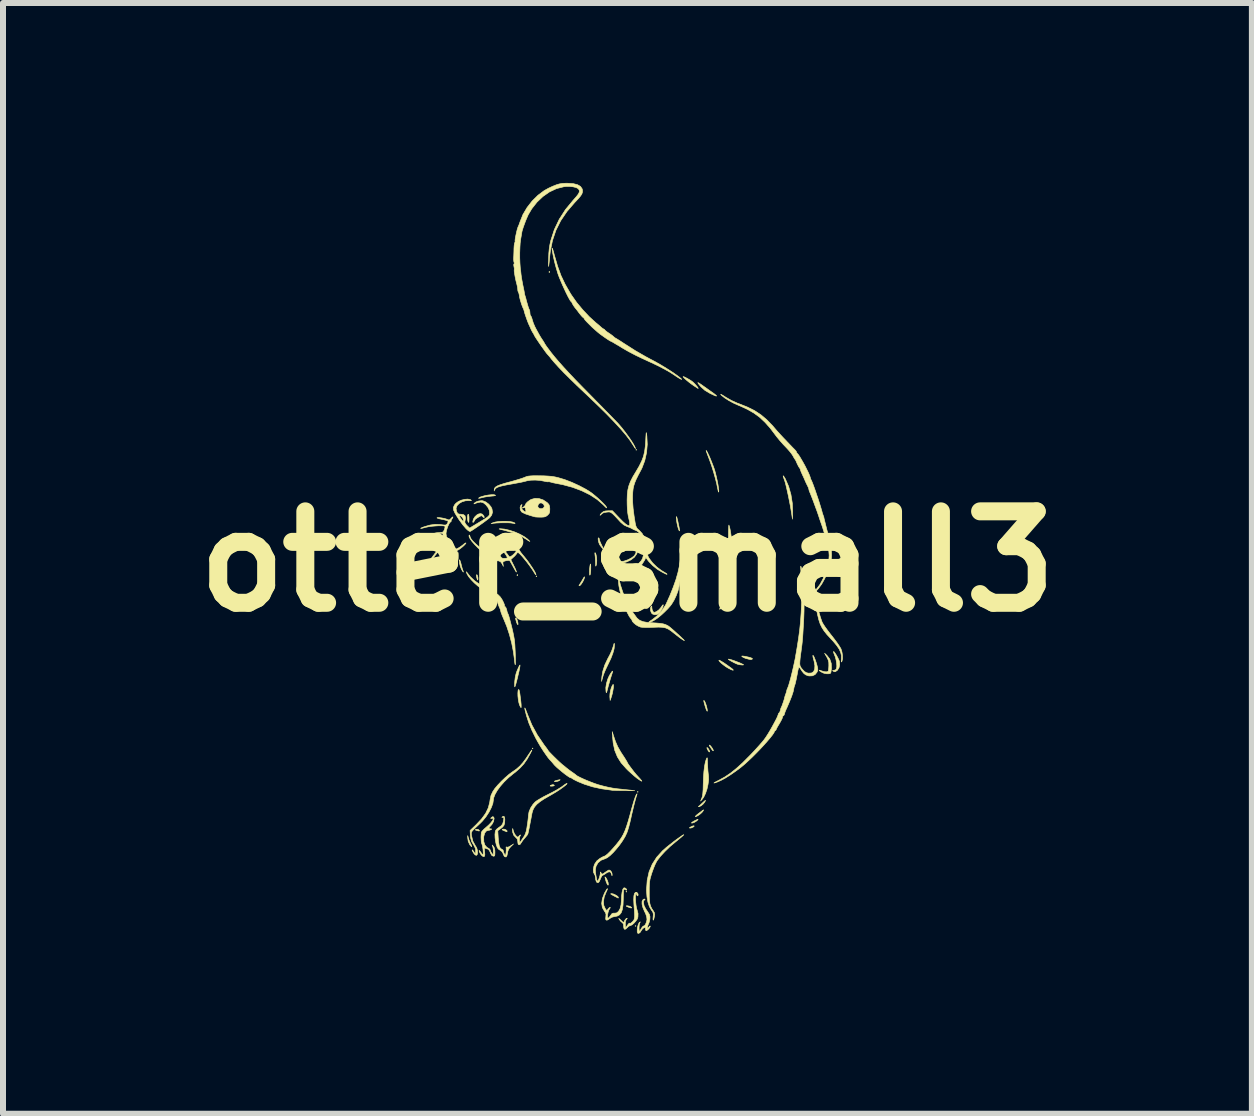
<source format=kicad_pcb>
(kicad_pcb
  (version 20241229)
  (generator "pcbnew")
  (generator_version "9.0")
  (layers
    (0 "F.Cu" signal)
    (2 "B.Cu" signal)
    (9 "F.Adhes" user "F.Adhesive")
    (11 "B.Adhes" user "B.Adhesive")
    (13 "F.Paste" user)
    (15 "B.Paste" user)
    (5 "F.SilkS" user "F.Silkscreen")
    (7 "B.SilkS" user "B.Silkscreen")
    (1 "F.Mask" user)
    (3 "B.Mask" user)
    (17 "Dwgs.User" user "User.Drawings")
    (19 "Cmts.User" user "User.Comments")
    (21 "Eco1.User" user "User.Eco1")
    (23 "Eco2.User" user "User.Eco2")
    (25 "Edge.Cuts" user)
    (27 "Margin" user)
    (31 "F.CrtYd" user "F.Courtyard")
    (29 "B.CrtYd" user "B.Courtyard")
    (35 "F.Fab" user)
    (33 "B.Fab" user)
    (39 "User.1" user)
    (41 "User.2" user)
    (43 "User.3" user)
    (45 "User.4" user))
  (footprint "otter_small3"
    (layer "F.Cu")
    (at 7.41 6.309)
    (property "Reference" "otter_small3" (at 0 0 0) (layer "F.SilkS") (effects (font (size 1.524 1.524) (thickness 0.3))))
    (attr through_hole)
    (fp_poly (pts (xy -2.159 -0.413) (xy -2.165 -0.406) (xy -2.172 -0.413) (xy -2.165 -0.419) (xy -2.159 -0.413)) (stroke (width 0.01) (type solid)) (fill yes) (layer "F.SilkS"))
    (fp_poly (pts (xy -2.134 -0.4) (xy -2.14 -0.394) (xy -2.146 -0.4) (xy -2.14 -0.406) (xy -2.134 -0.4)) (stroke (width 0.01) (type solid)) (fill yes) (layer "F.SilkS"))
    (fp_poly (pts (xy -1.854 -0.362) (xy -1.861 -0.356) (xy -1.867 -0.362) (xy -1.861 -0.368) (xy -1.854 -0.362)) (stroke (width 0.01) (type solid)) (fill yes) (layer "F.SilkS"))
    (fp_poly (pts (xy -1.575 3.118) (xy -1.581 3.124) (xy -1.587 3.118) (xy -1.581 3.111) (xy -1.575 3.118)) (stroke (width 0.01) (type solid)) (fill yes) (layer "F.SilkS"))
    (fp_poly (pts (xy -1.511 0.248) (xy -1.518 0.254) (xy -1.524 0.248) (xy -1.518 0.241) (xy -1.511 0.248)) (stroke (width 0.01) (type solid)) (fill yes) (layer "F.SilkS"))
    (fp_poly (pts (xy -0.013 5.505) (xy -0.019 5.512) (xy -0.025 5.505) (xy -0.019 5.499) (xy -0.013 5.505)) (stroke (width 0.01) (type solid)) (fill yes) (layer "F.SilkS"))
    (fp_poly (pts (xy 0.14 6.077) (xy 0.133 6.083) (xy 0.127 6.077) (xy 0.133 6.071) (xy 0.14 6.077)) (stroke (width 0.01) (type solid)) (fill yes) (layer "F.SilkS"))
    (fp_poly (pts (xy 0.152 -1.861) (xy 0.146 -1.854) (xy 0.14 -1.861) (xy 0.146 -1.867) (xy 0.152 -1.861)) (stroke (width 0.01) (type solid)) (fill yes) (layer "F.SilkS"))
    (fp_poly (pts (xy 0.178 3.842) (xy 0.171 3.848) (xy 0.165 3.842) (xy 0.171 3.835) (xy 0.178 3.842)) (stroke (width 0.01) (type solid)) (fill yes) (layer "F.SilkS"))
    (fp_poly (pts (xy -1.833 0.22) (xy -1.832 0.235) (xy -1.833 0.237) (xy -1.841 0.235) (xy -1.841 0.229) (xy -1.837 0.218) (xy -1.833 0.22)) (stroke (width 0.01) (type solid)) (fill yes) (layer "F.SilkS"))
    (fp_poly (pts (xy -1.3 -4.834) (xy -1.298 -4.819) (xy -1.3 -4.818) (xy -1.307 -4.819) (xy -1.308 -4.826) (xy -1.303 -4.836) (xy -1.3 -4.834)) (stroke (width 0.01) (type solid)) (fill yes) (layer "F.SilkS"))
    (fp_poly (pts (xy -2.492 4.467) (xy -2.478 4.476) (xy -2.467 4.49) (xy -2.474 4.494) (xy -2.501 4.488) (xy -2.515 4.484) (xy -2.536 4.477) (xy -2.534 4.471) (xy -2.522 4.466) (xy -2.492 4.467)) (stroke (width 0.01) (type solid)) (fill yes) (layer "F.SilkS"))
    (fp_poly (pts (xy -1.81 0.832) (xy -1.788 0.848) (xy -1.781 0.855) (xy -1.761 0.878) (xy -1.76 0.888) (xy -1.776 0.882) (xy -1.802 0.863) (xy -1.821 0.843) (xy -1.824 0.829) (xy -1.824 0.829) (xy -1.81 0.832)) (stroke (width 0.01) (type solid)) (fill yes) (layer "F.SilkS"))
    (fp_poly (pts (xy -1.219 3.732) (xy -1.219 3.734) (xy -1.23 3.742) (xy -1.257 3.746) (xy -1.26 3.746) (xy -1.286 3.745) (xy -1.289 3.739) (xy -1.283 3.734) (xy -1.256 3.723) (xy -1.232 3.723) (xy -1.219 3.732)) (stroke (width 0.01) (type solid)) (fill yes) (layer "F.SilkS"))
    (fp_poly (pts (xy -0.359 -0.143) (xy -0.357 -0.124) (xy -0.363 -0.095) (xy -0.368 -0.083) (xy -0.376 -0.069) (xy -0.379 -0.077) (xy -0.38 -0.098) (xy -0.377 -0.128) (xy -0.369 -0.146) (xy -0.368 -0.146) (xy -0.359 -0.143)) (stroke (width 0.01) (type solid)) (fill yes) (layer "F.SilkS"))
    (fp_poly (pts (xy -0.345 -0.255) (xy -0.311 -0.241) (xy -0.282 -0.227) (xy -0.274 -0.22) (xy -0.285 -0.217) (xy -0.293 -0.217) (xy -0.328 -0.223) (xy -0.35 -0.234) (xy -0.368 -0.251) (xy -0.366 -0.258) (xy -0.345 -0.255)) (stroke (width 0.01) (type solid)) (fill yes) (layer "F.SilkS"))
    (fp_poly (pts (xy -0.243 -0.291) (xy -0.21 -0.278) (xy -0.18 -0.264) (xy -0.173 -0.257) (xy -0.185 -0.254) (xy -0.191 -0.254) (xy -0.227 -0.261) (xy -0.248 -0.272) (xy -0.267 -0.289) (xy -0.264 -0.295) (xy -0.243 -0.291)) (stroke (width 0.01) (type solid)) (fill yes) (layer "F.SilkS"))
    (fp_poly (pts (xy 0.036 5.748) (xy 0.058 5.759) (xy 0.071 5.773) (xy 0.064 5.777) (xy 0.041 5.773) (xy 0.006 5.759) (xy -0.019 5.747) (xy -0.021 5.742) (xy -0.003 5.741) (xy 0.001 5.741) (xy 0.036 5.748)) (stroke (width 0.01) (type solid)) (fill yes) (layer "F.SilkS"))
    (fp_poly (pts (xy 1.113 4.411) (xy 1.102 4.424) (xy 1.099 4.426) (xy 1.069 4.441) (xy 1.048 4.445) (xy 1.032 4.443) (xy 1.037 4.437) (xy 1.054 4.426) (xy 1.083 4.412) (xy 1.105 4.407) (xy 1.113 4.411)) (stroke (width 0.01) (type solid)) (fill yes) (layer "F.SilkS"))
    (fp_poly (pts (xy -2.5 0.239) (xy -2.494 0.264) (xy -2.492 0.291) (xy -2.493 0.298) (xy -2.497 0.31) (xy -2.504 0.3) (xy -2.51 0.279) (xy -2.517 0.247) (xy -2.518 0.225) (xy -2.517 0.223) (xy -2.509 0.223) (xy -2.5 0.239)) (stroke (width 0.01) (type solid)) (fill yes) (layer "F.SilkS"))
    (fp_poly (pts (xy -2.416 0.314) (xy -2.409 0.324) (xy -2.391 0.356) (xy -2.381 0.381) (xy -2.383 0.393) (xy -2.385 0.394) (xy -2.398 0.384) (xy -2.41 0.368) (xy -2.423 0.339) (xy -2.426 0.321) (xy -2.424 0.307) (xy -2.416 0.314)) (stroke (width 0.01) (type solid)) (fill yes) (layer "F.SilkS"))
    (fp_poly (pts (xy 1.335 3.107) (xy 1.35 3.125) (xy 1.363 3.149) (xy 1.37 3.17) (xy 1.369 3.175) (xy 1.361 3.175) (xy 1.346 3.156) (xy 1.342 3.149) (xy 1.328 3.122) (xy 1.324 3.105) (xy 1.325 3.103) (xy 1.335 3.107)) (stroke (width 0.01) (type solid)) (fill yes) (layer "F.SilkS"))
    (fp_poly (pts (xy -2.647 -0.776) (xy -2.643 -0.746) (xy -2.642 -0.718) (xy -2.643 -0.672) (xy -2.646 -0.651) (xy -2.652 -0.653) (xy -2.659 -0.668) (xy -2.665 -0.696) (xy -2.667 -0.73) (xy -2.665 -0.763) (xy -2.659 -0.784) (xy -2.654 -0.787) (xy -2.647 -0.776)) (stroke (width 0.01) (type solid)) (fill yes) (layer "F.SilkS"))
    (fp_poly (pts (xy -2.028 4.473) (xy -2.009 4.488) (xy -2.007 4.496) (xy -2.009 4.507) (xy -2.01 4.507) (xy -2.023 4.502) (xy -2.05 4.492) (xy -2.057 4.489) (xy -2.084 4.477) (xy -2.089 4.469) (xy -2.081 4.464) (xy -2.055 4.463) (xy -2.028 4.473)) (stroke (width 0.01) (type solid)) (fill yes) (layer "F.SilkS"))
    (fp_poly (pts (xy -1.853 0.948) (xy -1.842 0.967) (xy -1.832 0.996) (xy -1.826 1.026) (xy -1.824 1.048) (xy -1.828 1.054) (xy -1.837 1.043) (xy -1.849 1.016) (xy -1.852 1.005) (xy -1.863 0.964) (xy -1.866 0.944) (xy -1.859 0.943) (xy -1.853 0.948)) (stroke (width 0.01) (type solid)) (fill yes) (layer "F.SilkS"))
    (fp_poly (pts (xy -1.122 3.64) (xy -1.132 3.649) (xy -1.136 3.652) (xy -1.156 3.662) (xy -1.182 3.669) (xy -1.205 3.671) (xy -1.218 3.668) (xy -1.216 3.663) (xy -1.2 3.656) (xy -1.169 3.647) (xy -1.16 3.645) (xy -1.13 3.639) (xy -1.122 3.64)) (stroke (width 0.01) (type solid)) (fill yes) (layer "F.SilkS"))
    (fp_poly (pts (xy -0.249 -0.185) (xy -0.224 -0.173) (xy -0.196 -0.157) (xy -0.173 -0.141) (xy -0.165 -0.132) (xy -0.174 -0.126) (xy -0.197 -0.132) (xy -0.225 -0.147) (xy -0.234 -0.154) (xy -0.255 -0.173) (xy -0.262 -0.186) (xy -0.262 -0.187) (xy -0.249 -0.185)) (stroke (width 0.01) (type solid)) (fill yes) (layer "F.SilkS"))
    (fp_poly (pts (xy -0.134 -0.205) (xy -0.105 -0.196) (xy -0.075 -0.183) (xy -0.068 -0.179) (xy -0.052 -0.169) (xy -0.059 -0.166) (xy -0.07 -0.166) (xy -0.103 -0.171) (xy -0.123 -0.178) (xy -0.147 -0.192) (xy -0.158 -0.201) (xy -0.154 -0.207) (xy -0.134 -0.205)) (stroke (width 0.01) (type solid)) (fill yes) (layer "F.SilkS"))
    (fp_poly (pts (xy -0.062 -0.249) (xy -0.028 -0.239) (xy -0.024 -0.237) (xy 0.002 -0.225) (xy 0.007 -0.219) (xy -0.01 -0.218) (xy -0.013 -0.218) (xy -0.05 -0.223) (xy -0.076 -0.231) (xy -0.096 -0.242) (xy -0.093 -0.249) (xy -0.087 -0.25) (xy -0.062 -0.249)) (stroke (width 0.01) (type solid)) (fill yes) (layer "F.SilkS"))
    (fp_poly (pts (xy 1.175 4.304) (xy 1.164 4.316) (xy 1.142 4.334) (xy 1.114 4.35) (xy 1.087 4.36) (xy 1.07 4.362) (xy 1.067 4.358) (xy 1.077 4.348) (xy 1.104 4.331) (xy 1.127 4.319) (xy 1.161 4.303) (xy 1.176 4.298) (xy 1.175 4.304)) (stroke (width 0.01) (type solid)) (fill yes) (layer "F.SilkS"))
    (fp_poly (pts (xy -2.823 -0.141) (xy -2.821 -0.108) (xy -2.821 -0.092) (xy -2.822 -0.049) (xy -2.826 -0.021) (xy -2.832 -0.013) (xy -2.84 -0.024) (xy -2.844 -0.052) (xy -2.844 -0.06) (xy -2.84 -0.102) (xy -2.833 -0.138) (xy -2.832 -0.14) (xy -2.826 -0.151) (xy -2.823 -0.141)) (stroke (width 0.01) (type solid)) (fill yes) (layer "F.SilkS"))
    (fp_poly (pts (xy -0.365 5.265) (xy -0.351 5.286) (xy -0.336 5.316) (xy -0.325 5.347) (xy -0.322 5.357) (xy -0.319 5.388) (xy -0.324 5.397) (xy -0.334 5.387) (xy -0.348 5.358) (xy -0.358 5.331) (xy -0.369 5.293) (xy -0.374 5.267) (xy -0.375 5.26) (xy -0.365 5.265)) (stroke (width 0.01) (type solid)) (fill yes) (layer "F.SilkS"))
    (fp_poly (pts (xy 1.38 3.07) (xy 1.399 3.093) (xy 1.418 3.12) (xy 1.43 3.145) (xy 1.432 3.157) (xy 1.421 3.153) (xy 1.404 3.132) (xy 1.402 3.128) (xy 1.383 3.099) (xy 1.368 3.077) (xy 1.368 3.077) (xy 1.363 3.063) (xy 1.367 3.061) (xy 1.38 3.07)) (stroke (width 0.01) (type solid)) (fill yes) (layer "F.SilkS"))
    (fp_poly (pts (xy -2.659 4.583) (xy -2.656 4.597) (xy -2.644 4.637) (xy -2.625 4.682) (xy -2.618 4.697) (xy -2.6 4.735) (xy -2.595 4.754) (xy -2.603 4.753) (xy -2.623 4.73) (xy -2.629 4.722) (xy -2.655 4.666) (xy -2.662 4.617) (xy -2.664 4.583) (xy -2.663 4.571) (xy -2.659 4.583)) (stroke (width 0.01) (type solid)) (fill yes) (layer "F.SilkS"))
    (fp_poly (pts (xy -0.716 0.263) (xy -0.717 0.273) (xy -0.729 0.307) (xy -0.748 0.344) (xy -0.77 0.378) (xy -0.791 0.401) (xy -0.802 0.406) (xy -0.809 0.401) (xy -0.801 0.389) (xy -0.788 0.369) (xy -0.767 0.335) (xy -0.748 0.303) (xy -0.728 0.269) (xy -0.717 0.256) (xy -0.716 0.263)) (stroke (width 0.01) (type solid)) (fill yes) (layer "F.SilkS"))
    (fp_poly (pts (xy -0.614 0.05) (xy -0.612 0.08) (xy -0.612 0.108) (xy -0.613 0.157) (xy -0.617 0.198) (xy -0.622 0.222) (xy -0.628 0.229) (xy -0.632 0.212) (xy -0.633 0.172) (xy -0.633 0.171) (xy -0.631 0.123) (xy -0.626 0.078) (xy -0.622 0.057) (xy -0.617 0.043) (xy -0.614 0.05)) (stroke (width 0.01) (type solid)) (fill yes) (layer "F.SilkS"))
    (fp_poly (pts (xy -0.237 5.543) (xy -0.203 5.558) (xy -0.173 5.576) (xy -0.154 5.594) (xy -0.152 5.601) (xy -0.155 5.612) (xy -0.156 5.612) (xy -0.168 5.605) (xy -0.196 5.591) (xy -0.229 5.574) (xy -0.265 5.554) (xy -0.28 5.543) (xy -0.275 5.538) (xy -0.267 5.538) (xy -0.237 5.543)) (stroke (width 0.01) (type solid)) (fill yes) (layer "F.SilkS"))
    (fp_poly (pts (xy -0.234 2.054) (xy -0.233 2.076) (xy -0.236 2.111) (xy -0.243 2.154) (xy -0.252 2.2) (xy -0.264 2.244) (xy -0.267 2.254) (xy -0.289 2.318) (xy -0.294 2.255) (xy -0.292 2.207) (xy -0.283 2.153) (xy -0.268 2.102) (xy -0.25 2.063) (xy -0.241 2.052) (xy -0.234 2.054)) (stroke (width 0.01) (type solid)) (fill yes) (layer "F.SilkS"))
    (fp_poly (pts (xy 1.265 4.151) (xy 1.259 4.162) (xy 1.239 4.187) (xy 1.207 4.215) (xy 1.172 4.239) (xy 1.142 4.253) (xy 1.133 4.255) (xy 1.133 4.248) (xy 1.15 4.23) (xy 1.177 4.208) (xy 1.213 4.181) (xy 1.243 4.158) (xy 1.256 4.148) (xy 1.268 4.141) (xy 1.265 4.151)) (stroke (width 0.01) (type solid)) (fill yes) (layer "F.SilkS"))
    (fp_poly (pts (xy 1.302 3.985) (xy 1.293 4.001) (xy 1.288 4.011) (xy 1.262 4.044) (xy 1.229 4.072) (xy 1.196 4.088) (xy 1.186 4.089) (xy 1.182 4.086) (xy 1.182 4.086) (xy 1.194 4.077) (xy 1.219 4.055) (xy 1.25 4.026) (xy 1.282 3.996) (xy 1.299 3.983) (xy 1.302 3.985)) (stroke (width 0.01) (type solid)) (fill yes) (layer "F.SilkS"))
    (fp_poly (pts (xy 1.283 2.327) (xy 1.289 2.337) (xy 1.302 2.367) (xy 1.315 2.406) (xy 1.325 2.446) (xy 1.331 2.479) (xy 1.33 2.497) (xy 1.329 2.497) (xy 1.323 2.49) (xy 1.311 2.463) (xy 1.298 2.424) (xy 1.296 2.419) (xy 1.28 2.362) (xy 1.272 2.328) (xy 1.273 2.316) (xy 1.283 2.327)) (stroke (width 0.01) (type solid)) (fill yes) (layer "F.SilkS"))
    (fp_poly (pts (xy -0.535 -0.14) (xy -0.523 -0.109) (xy -0.515 -0.063) (xy -0.512 -0.011) (xy -0.515 0.035) (xy -0.518 0.051) (xy -0.525 0.074) (xy -0.529 0.078) (xy -0.531 0.063) (xy -0.532 0.024) (xy -0.532 0.019) (xy -0.534 -0.033) (xy -0.538 -0.084) (xy -0.541 -0.108) (xy -0.544 -0.138) (xy -0.541 -0.146) (xy -0.535 -0.14)) (stroke (width 0.01) (type solid)) (fill yes) (layer "F.SilkS"))
    (fp_poly (pts (xy 0.82 -0.744) (xy 0.827 -0.72) (xy 0.839 -0.673) (xy 0.844 -0.648) (xy 0.858 -0.582) (xy 0.866 -0.538) (xy 0.869 -0.515) (xy 0.866 -0.509) (xy 0.859 -0.518) (xy 0.848 -0.545) (xy 0.836 -0.589) (xy 0.825 -0.64) (xy 0.817 -0.689) (xy 0.814 -0.727) (xy 0.814 -0.73) (xy 0.816 -0.747) (xy 0.82 -0.744)) (stroke (width 0.01) (type solid)) (fill yes) (layer "F.SilkS"))
    (fp_poly (pts (xy -2.793 -0.018) (xy -2.782 0.012) (xy -2.77 0.059) (xy -2.769 0.064) (xy -2.758 0.106) (xy -2.747 0.142) (xy -2.741 0.156) (xy -2.735 0.174) (xy -2.736 0.178) (xy -2.745 0.168) (xy -2.761 0.142) (xy -2.769 0.127) (xy -2.787 0.081) (xy -2.8 0.029) (xy -2.801 0.016) (xy -2.804 -0.018) (xy -2.8 -0.028) (xy -2.793 -0.018)) (stroke (width 0.01) (type solid)) (fill yes) (layer "F.SilkS"))
    (fp_poly (pts (xy -2.226 -1.112) (xy -2.211 -1.108) (xy -2.199 -1.102) (xy -2.205 -1.097) (xy -2.231 -1.092) (xy -2.274 -1.088) (xy -2.331 -1.082) (xy -2.388 -1.072) (xy -2.429 -1.062) (xy -2.462 -1.054) (xy -2.481 -1.052) (xy -2.483 -1.054) (xy -2.462 -1.07) (xy -2.423 -1.084) (xy -2.373 -1.097) (xy -2.318 -1.107) (xy -2.267 -1.112) (xy -2.226 -1.112)) (stroke (width 0.01) (type solid)) (fill yes) (layer "F.SilkS"))
    (fp_poly (pts (xy 1.946 1.58) (xy 1.987 1.588) (xy 2.035 1.599) (xy 2.048 1.603) (xy 2.078 1.615) (xy 2.083 1.625) (xy 2.08 1.628) (xy 2.062 1.636) (xy 2.057 1.637) (xy 2.042 1.634) (xy 2.012 1.628) (xy 2.007 1.626) (xy 1.968 1.616) (xy 1.933 1.601) (xy 1.91 1.587) (xy 1.905 1.579) (xy 1.916 1.577) (xy 1.946 1.58)) (stroke (width 0.01) (type solid)) (fill yes) (layer "F.SilkS"))
    (fp_poly (pts (xy -0.472 -0.383) (xy -0.47 -0.37) (xy -0.464 -0.346) (xy -0.449 -0.309) (xy -0.432 -0.274) (xy -0.414 -0.238) (xy -0.402 -0.212) (xy -0.399 -0.203) (xy -0.408 -0.211) (xy -0.428 -0.231) (xy -0.428 -0.232) (xy -0.452 -0.262) (xy -0.467 -0.286) (xy -0.479 -0.318) (xy -0.487 -0.353) (xy -0.489 -0.38) (xy -0.483 -0.394) (xy -0.482 -0.394) (xy -0.472 -0.383)) (stroke (width 0.01) (type solid)) (fill yes) (layer "F.SilkS"))
    (fp_poly (pts (xy 1.538 1.65) (xy 1.567 1.666) (xy 1.61 1.693) (xy 1.661 1.728) (xy 1.717 1.769) (xy 1.726 1.775) (xy 1.756 1.799) (xy 1.765 1.812) (xy 1.755 1.813) (xy 1.726 1.803) (xy 1.681 1.78) (xy 1.676 1.777) (xy 1.637 1.753) (xy 1.598 1.724) (xy 1.562 1.695) (xy 1.536 1.669) (xy 1.524 1.651) (xy 1.525 1.646) (xy 1.538 1.65)) (stroke (width 0.01) (type solid)) (fill yes) (layer "F.SilkS"))
    (fp_poly (pts (xy 1.696 1.63) (xy 1.727 1.638) (xy 1.77 1.652) (xy 1.818 1.67) (xy 1.865 1.688) (xy 1.892 1.7) (xy 1.925 1.716) (xy 1.936 1.723) (xy 1.927 1.726) (xy 1.911 1.726) (xy 1.87 1.722) (xy 1.839 1.715) (xy 1.811 1.704) (xy 1.775 1.687) (xy 1.738 1.667) (xy 1.706 1.649) (xy 1.685 1.635) (xy 1.681 1.629) (xy 1.696 1.63)) (stroke (width 0.01) (type solid)) (fill yes) (layer "F.SilkS"))
    (fp_poly (pts (xy -2.052 -0.539) (xy -1.968 -0.52) (xy -1.879 -0.491) (xy -1.794 -0.454) (xy -1.719 -0.412) (xy -1.67 -0.376) (xy -1.639 -0.347) (xy -1.627 -0.334) (xy -1.636 -0.336) (xy -1.664 -0.354) (xy -1.676 -0.363) (xy -1.775 -0.422) (xy -1.895 -0.473) (xy -2.034 -0.514) (xy -2.083 -0.526) (xy -2.123 -0.535) (xy -2.14 -0.541) (xy -2.134 -0.544) (xy -2.123 -0.545) (xy -2.052 -0.539)) (stroke (width 0.01) (type solid)) (fill yes) (layer "F.SilkS"))
    (fp_poly (pts (xy -1.806 2.147) (xy -1.798 2.181) (xy -1.793 2.212) (xy -1.785 2.272) (xy -1.778 2.33) (xy -1.773 2.381) (xy -1.772 2.418) (xy -1.773 2.437) (xy -1.774 2.438) (xy -1.782 2.428) (xy -1.795 2.402) (xy -1.8 2.391) (xy -1.811 2.352) (xy -1.82 2.301) (xy -1.826 2.246) (xy -1.827 2.195) (xy -1.824 2.156) (xy -1.82 2.14) (xy -1.812 2.135) (xy -1.806 2.147)) (stroke (width 0.01) (type solid)) (fill yes) (layer "F.SilkS"))
    (fp_poly (pts (xy -0.247 1.839) (xy -0.255 1.863) (xy -0.267 1.9) (xy -0.284 1.953) (xy -0.302 2.015) (xy -0.32 2.078) (xy -0.334 2.135) (xy -0.336 2.14) (xy -0.345 2.176) (xy -0.351 2.189) (xy -0.355 2.182) (xy -0.358 2.166) (xy -0.361 2.105) (xy -0.35 2.034) (xy -0.328 1.96) (xy -0.303 1.905) (xy -0.278 1.864) (xy -0.26 1.838) (xy -0.249 1.829) (xy -0.247 1.839)) (stroke (width 0.01) (type solid)) (fill yes) (layer "F.SilkS"))
    (fp_poly (pts (xy 1.185 -2.977) (xy 1.211 -2.961) (xy 1.236 -2.944) (xy 1.275 -2.916) (xy 1.325 -2.881) (xy 1.376 -2.844) (xy 1.385 -2.838) (xy 1.44 -2.799) (xy 1.474 -2.772) (xy 1.486 -2.758) (xy 1.476 -2.757) (xy 1.445 -2.769) (xy 1.391 -2.794) (xy 1.376 -2.801) (xy 1.288 -2.854) (xy 1.226 -2.91) (xy 1.198 -2.943) (xy 1.179 -2.968) (xy 1.173 -2.981) (xy 1.173 -2.981) (xy 1.185 -2.977)) (stroke (width 0.01) (type solid)) (fill yes) (layer "F.SilkS"))
    (fp_poly (pts (xy -3.094 -0.236) (xy -3.11 -0.213) (xy -3.142 -0.177) (xy -3.185 -0.127) (xy -3.228 -0.073) (xy -3.263 -0.024) (xy -3.266 -0.02) (xy -3.295 0.025) (xy -3.313 0.051) (xy -3.323 0.062) (xy -3.327 0.061) (xy -3.327 0.055) (xy -3.32 0.033) (xy -3.3 -0.003) (xy -3.272 -0.048) (xy -3.239 -0.094) (xy -3.205 -0.138) (xy -3.177 -0.169) (xy -3.137 -0.209) (xy -3.109 -0.234) (xy -3.094 -0.243) (xy -3.094 -0.236)) (stroke (width 0.01) (type solid)) (fill yes) (layer "F.SilkS"))
    (fp_poly (pts (xy -1.791 1.727) (xy -1.793 1.75) (xy -1.799 1.787) (xy -1.809 1.836) (xy -1.822 1.89) (xy -1.835 1.946) (xy -1.849 1.999) (xy -1.861 2.044) (xy -1.871 2.076) (xy -1.878 2.091) (xy -1.88 2.089) (xy -1.882 2.051) (xy -1.879 1.997) (xy -1.872 1.939) (xy -1.861 1.886) (xy -1.854 1.86) (xy -1.84 1.822) (xy -1.823 1.783) (xy -1.808 1.751) (xy -1.796 1.73) (xy -1.791 1.727) (xy -1.791 1.727)) (stroke (width 0.01) (type solid)) (fill yes) (layer "F.SilkS"))
    (fp_poly (pts (xy 2.601 -1.425) (xy 2.616 -1.402) (xy 2.632 -1.375) (xy 2.686 -1.252) (xy 2.725 -1.114) (xy 2.748 -0.969) (xy 2.754 -0.823) (xy 2.753 -0.813) (xy 2.75 -0.705) (xy 2.739 -0.781) (xy 2.729 -0.844) (xy 2.716 -0.92) (xy 2.7 -1.002) (xy 2.683 -1.087) (xy 2.665 -1.169) (xy 2.648 -1.244) (xy 2.633 -1.305) (xy 2.62 -1.348) (xy 2.616 -1.359) (xy 2.6 -1.403) (xy 2.595 -1.426) (xy 2.601 -1.425)) (stroke (width 0.01) (type solid)) (fill yes) (layer "F.SilkS"))
    (fp_poly (pts (xy -2.023 -0.669) (xy -1.963 -0.665) (xy -1.914 -0.656) (xy -1.882 -0.643) (xy -1.873 -0.635) (xy -1.88 -0.631) (xy -1.903 -0.635) (xy -1.914 -0.637) (xy -1.946 -0.642) (xy -1.997 -0.645) (xy -2.057 -0.645) (xy -2.122 -0.644) (xy -2.183 -0.641) (xy -2.234 -0.636) (xy -2.266 -0.63) (xy -2.267 -0.63) (xy -2.273 -0.629) (xy -2.259 -0.637) (xy -2.248 -0.643) (xy -2.205 -0.656) (xy -2.149 -0.665) (xy -2.087 -0.669) (xy -2.023 -0.669)) (stroke (width 0.01) (type solid)) (fill yes) (layer "F.SilkS"))
    (fp_poly (pts (xy 0.937 -3.08) (xy 0.962 -3.069) (xy 0.996 -3.051) (xy 1.033 -3.03) (xy 1.067 -3.008) (xy 1.09 -2.991) (xy 1.114 -2.968) (xy 1.139 -2.941) (xy 1.162 -2.913) (xy 1.177 -2.892) (xy 1.179 -2.883) (xy 1.179 -2.883) (xy 1.167 -2.889) (xy 1.14 -2.907) (xy 1.104 -2.93) (xy 1.103 -2.931) (xy 1.063 -2.959) (xy 1.02 -2.992) (xy 0.98 -3.025) (xy 0.949 -3.054) (xy 0.93 -3.074) (xy 0.927 -3.08) (xy 0.937 -3.08)) (stroke (width 0.01) (type solid)) (fill yes) (layer "F.SilkS"))
    (fp_poly (pts (xy -0.219 1.368) (xy -0.217 1.39) (xy -0.217 1.398) (xy -0.223 1.457) (xy -0.243 1.529) (xy -0.277 1.618) (xy -0.325 1.719) (xy -0.355 1.781) (xy -0.382 1.842) (xy -0.403 1.896) (xy -0.413 1.929) (xy -0.432 2) (xy -0.427 1.924) (xy -0.411 1.829) (xy -0.378 1.726) (xy -0.329 1.622) (xy -0.317 1.6) (xy -0.289 1.547) (xy -0.264 1.491) (xy -0.248 1.448) (xy -0.235 1.408) (xy -0.226 1.377) (xy -0.222 1.365) (xy -0.219 1.368)) (stroke (width 0.01) (type solid)) (fill yes) (layer "F.SilkS"))
    (fp_poly (pts (xy -2.421 -0.788) (xy -2.413 -0.781) (xy -2.394 -0.757) (xy -2.388 -0.74) (xy -2.391 -0.729) (xy -2.404 -0.738) (xy -2.408 -0.742) (xy -2.426 -0.758) (xy -2.434 -0.762) (xy -2.451 -0.756) (xy -2.478 -0.742) (xy -2.507 -0.724) (xy -2.531 -0.708) (xy -2.54 -0.699) (xy -2.547 -0.683) (xy -2.559 -0.666) (xy -2.573 -0.649) (xy -2.577 -0.653) (xy -2.578 -0.668) (xy -2.568 -0.706) (xy -2.542 -0.746) (xy -2.507 -0.778) (xy -2.479 -0.792) (xy -2.446 -0.797) (xy -2.421 -0.788)) (stroke (width 0.01) (type solid)) (fill yes) (layer "F.SilkS"))
    (fp_poly (pts (xy 0.597 0.728) (xy 0.589 0.761) (xy 0.57 0.803) (xy 0.543 0.845) (xy 0.53 0.86) (xy 0.495 0.884) (xy 0.454 0.889) (xy 0.418 0.877) (xy 0.401 0.861) (xy 0.384 0.82) (xy 0.384 0.776) (xy 0.394 0.749) (xy 0.402 0.741) (xy 0.406 0.755) (xy 0.406 0.769) (xy 0.412 0.806) (xy 0.425 0.833) (xy 0.437 0.848) (xy 0.45 0.85) (xy 0.472 0.841) (xy 0.489 0.833) (xy 0.525 0.806) (xy 0.558 0.768) (xy 0.566 0.756) (xy 0.585 0.729) (xy 0.595 0.722) (xy 0.597 0.728)) (stroke (width 0.01) (type solid)) (fill yes) (layer "F.SilkS"))
    (fp_poly (pts (xy 3.444 1.507) (xy 3.461 1.53) (xy 3.483 1.563) (xy 3.504 1.601) (xy 3.522 1.638) (xy 3.533 1.665) (xy 3.538 1.718) (xy 3.527 1.77) (xy 3.502 1.811) (xy 3.489 1.822) (xy 3.464 1.838) (xy 3.448 1.839) (xy 3.429 1.829) (xy 3.419 1.819) (xy 3.431 1.816) (xy 3.437 1.816) (xy 3.467 1.809) (xy 3.484 1.787) (xy 3.49 1.747) (xy 3.487 1.699) (xy 3.478 1.645) (xy 3.464 1.591) (xy 3.453 1.563) (xy 3.44 1.53) (xy 3.434 1.507) (xy 3.435 1.502) (xy 3.444 1.507)) (stroke (width 0.01) (type solid)) (fill yes) (layer "F.SilkS"))
    (fp_poly (pts (xy 1.332 3.288) (xy 1.333 3.322) (xy 1.334 3.346) (xy 1.337 3.426) (xy 1.341 3.489) (xy 1.347 3.546) (xy 1.351 3.577) (xy 1.353 3.641) (xy 1.343 3.716) (xy 1.326 3.794) (xy 1.301 3.867) (xy 1.272 3.928) (xy 1.25 3.96) (xy 1.219 3.994) (xy 1.24 3.943) (xy 1.25 3.911) (xy 1.256 3.865) (xy 1.261 3.802) (xy 1.263 3.718) (xy 1.263 3.715) (xy 1.267 3.604) (xy 1.274 3.502) (xy 1.285 3.413) (xy 1.299 3.342) (xy 1.314 3.296) (xy 1.323 3.277) (xy 1.329 3.274) (xy 1.332 3.288)) (stroke (width 0.01) (type solid)) (fill yes) (layer "F.SilkS"))
    (fp_poly (pts (xy 1.32 -1.842) (xy 1.334 -1.815) (xy 1.354 -1.774) (xy 1.377 -1.722) (xy 1.4 -1.665) (xy 1.423 -1.607) (xy 1.443 -1.553) (xy 1.448 -1.539) (xy 1.464 -1.484) (xy 1.48 -1.419) (xy 1.495 -1.351) (xy 1.508 -1.284) (xy 1.517 -1.226) (xy 1.522 -1.181) (xy 1.521 -1.157) (xy 1.517 -1.158) (xy 1.511 -1.18) (xy 1.503 -1.218) (xy 1.501 -1.227) (xy 1.486 -1.302) (xy 1.463 -1.392) (xy 1.435 -1.491) (xy 1.404 -1.59) (xy 1.372 -1.681) (xy 1.353 -1.732) (xy 1.334 -1.781) (xy 1.32 -1.82) (xy 1.312 -1.845) (xy 1.312 -1.85) (xy 1.32 -1.842)) (stroke (width 0.01) (type solid)) (fill yes) (layer "F.SilkS"))
    (fp_poly (pts (xy 3.325 1.567) (xy 3.372 1.627) (xy 3.397 1.7) (xy 3.4 1.782) (xy 3.4 1.786) (xy 3.395 1.825) (xy 3.39 1.853) (xy 3.388 1.862) (xy 3.362 1.872) (xy 3.323 1.873) (xy 3.279 1.865) (xy 3.256 1.856) (xy 3.222 1.838) (xy 3.201 1.823) (xy 3.195 1.814) (xy 3.207 1.814) (xy 3.231 1.823) (xy 3.277 1.837) (xy 3.317 1.841) (xy 3.342 1.833) (xy 3.347 1.829) (xy 3.351 1.81) (xy 3.355 1.774) (xy 3.357 1.737) (xy 3.356 1.685) (xy 3.347 1.646) (xy 3.329 1.605) (xy 3.322 1.594) (xy 3.286 1.53) (xy 3.325 1.567)) (stroke (width 0.01) (type solid)) (fill yes) (layer "F.SilkS"))
    (fp_poly (pts (xy -0.234 2.902) (xy -0.2 3.003) (xy -0.161 3.091) (xy -0.112 3.177) (xy -0.086 3.217) (xy -0.054 3.265) (xy -0.028 3.307) (xy -0.009 3.338) (xy -0.004 3.35) (xy 0.01 3.375) (xy 0.037 3.413) (xy 0.072 3.46) (xy 0.111 3.511) (xy 0.151 3.559) (xy 0.187 3.598) (xy 0.215 3.629) (xy 0.234 3.653) (xy 0.239 3.664) (xy 0.227 3.659) (xy 0.201 3.643) (xy 0.165 3.618) (xy 0.158 3.613) (xy 0.116 3.579) (xy 0.065 3.534) (xy 0.011 3.485) (xy -0.02 3.454) (xy -0.105 3.358) (xy -0.168 3.258) (xy -0.212 3.15) (xy -0.238 3.029) (xy -0.247 2.938) (xy -0.254 2.838) (xy -0.234 2.902)) (stroke (width 0.01) (type solid)) (fill yes) (layer "F.SilkS"))
    (fp_poly (pts (xy 0.281 0.137) (xy 0.282 0.14) (xy 0.29 0.178) (xy 0.294 0.234) (xy 0.294 0.302) (xy 0.289 0.376) (xy 0.281 0.448) (xy 0.275 0.481) (xy 0.261 0.563) (xy 0.255 0.626) (xy 0.257 0.673) (xy 0.268 0.708) (xy 0.285 0.733) (xy 0.315 0.768) (xy 0.344 0.743) (xy 0.371 0.713) (xy 0.395 0.679) (xy 0.411 0.659) (xy 0.419 0.656) (xy 0.419 0.659) (xy 0.411 0.686) (xy 0.392 0.72) (xy 0.367 0.753) (xy 0.344 0.774) (xy 0.343 0.775) (xy 0.316 0.786) (xy 0.294 0.782) (xy 0.268 0.767) (xy 0.23 0.725) (xy 0.209 0.665) (xy 0.207 0.588) (xy 0.223 0.493) (xy 0.236 0.445) (xy 0.258 0.351) (xy 0.267 0.259) (xy 0.268 0.222) (xy 0.269 0.169) (xy 0.271 0.139) (xy 0.275 0.129) (xy 0.281 0.137)) (stroke (width 0.01) (type solid)) (fill yes) (layer "F.SilkS"))
    (fp_poly (pts (xy 0.897 -0.051) (xy 0.899 -0.022) (xy 0.9 0.022) (xy 0.898 0.078) (xy 0.895 0.139) (xy 0.89 0.202) (xy 0.884 0.262) (xy 0.877 0.313) (xy 0.876 0.324) (xy 0.868 0.369) (xy 0.861 0.407) (xy 0.858 0.425) (xy 0.842 0.492) (xy 0.813 0.569) (xy 0.777 0.645) (xy 0.737 0.711) (xy 0.72 0.734) (xy 0.673 0.788) (xy 0.616 0.845) (xy 0.557 0.899) (xy 0.501 0.944) (xy 0.456 0.975) (xy 0.405 1.002) (xy 0.372 1.015) (xy 0.356 1.015) (xy 0.356 1.012) (xy 0.365 1.003) (xy 0.391 0.985) (xy 0.418 0.967) (xy 0.497 0.904) (xy 0.571 0.823) (xy 0.631 0.734) (xy 0.647 0.703) (xy 0.708 0.567) (xy 0.762 0.432) (xy 0.808 0.302) (xy 0.842 0.182) (xy 0.865 0.077) (xy 0.872 0.028) (xy 0.878 -0.015) (xy 0.886 -0.047) (xy 0.893 -0.06) (xy 0.897 -0.051)) (stroke (width 0.01) (type solid)) (fill yes) (layer "F.SilkS"))
    (fp_poly (pts (xy 1.701 -0.577) (xy 1.712 -0.527) (xy 1.723 -0.461) (xy 1.734 -0.383) (xy 1.744 -0.296) (xy 1.753 -0.206) (xy 1.761 -0.117) (xy 1.767 -0.033) (xy 1.77 0.041) (xy 1.771 0.101) (xy 1.77 0.121) (xy 1.763 0.184) (xy 1.749 0.263) (xy 1.73 0.349) (xy 1.707 0.434) (xy 1.686 0.502) (xy 1.67 0.544) (xy 1.649 0.593) (xy 1.625 0.645) (xy 1.601 0.695) (xy 1.577 0.74) (xy 1.558 0.775) (xy 1.543 0.796) (xy 1.537 0.798) (xy 1.537 0.797) (xy 1.541 0.78) (xy 1.553 0.748) (xy 1.568 0.713) (xy 1.594 0.646) (xy 1.616 0.575) (xy 1.634 0.499) (xy 1.649 0.415) (xy 1.661 0.32) (xy 1.67 0.211) (xy 1.676 0.087) (xy 1.68 -0.056) (xy 1.682 -0.221) (xy 1.682 -0.301) (xy 1.683 -0.387) (xy 1.684 -0.463) (xy 1.685 -0.526) (xy 1.687 -0.573) (xy 1.689 -0.6) (xy 1.691 -0.606) (xy 1.701 -0.577)) (stroke (width 0.01) (type solid)) (fill yes) (layer "F.SilkS"))
    (fp_poly (pts (xy 3.139 0.66) (xy 3.153 0.707) (xy 3.173 0.778) (xy 3.174 0.781) (xy 3.193 0.85) (xy 3.212 0.916) (xy 3.23 0.971) (xy 3.244 1.01) (xy 3.247 1.016) (xy 3.264 1.046) (xy 3.293 1.09) (xy 3.332 1.144) (xy 3.377 1.203) (xy 3.403 1.236) (xy 3.449 1.295) (xy 3.492 1.353) (xy 3.527 1.404) (xy 3.551 1.443) (xy 3.559 1.457) (xy 3.575 1.509) (xy 3.584 1.565) (xy 3.585 1.619) (xy 3.577 1.66) (xy 3.573 1.668) (xy 3.566 1.676) (xy 3.564 1.663) (xy 3.565 1.629) (xy 3.566 1.622) (xy 3.566 1.568) (xy 3.554 1.517) (xy 3.53 1.463) (xy 3.49 1.404) (xy 3.434 1.336) (xy 3.386 1.284) (xy 3.325 1.218) (xy 3.278 1.159) (xy 3.242 1.103) (xy 3.213 1.044) (xy 3.19 0.975) (xy 3.17 0.893) (xy 3.15 0.796) (xy 3.136 0.72) (xy 3.128 0.668) (xy 3.126 0.641) (xy 3.13 0.638) (xy 3.139 0.66)) (stroke (width 0.01) (type solid)) (fill yes) (layer "F.SilkS"))
    (fp_poly (pts (xy 0.929 4.567) (xy 0.903 4.591) (xy 0.865 4.623) (xy 0.818 4.662) (xy 0.811 4.667) (xy 0.71 4.752) (xy 0.623 4.836) (xy 0.551 4.914) (xy 0.497 4.984) (xy 0.483 5.007) (xy 0.462 5.049) (xy 0.438 5.106) (xy 0.415 5.169) (xy 0.404 5.2) (xy 0.388 5.253) (xy 0.376 5.297) (xy 0.369 5.339) (xy 0.365 5.387) (xy 0.363 5.446) (xy 0.363 5.505) (xy 0.363 5.591) (xy 0.367 5.658) (xy 0.374 5.709) (xy 0.387 5.75) (xy 0.405 5.787) (xy 0.426 5.818) (xy 0.447 5.852) (xy 0.453 5.884) (xy 0.45 5.912) (xy 0.441 5.955) (xy 0.433 5.978) (xy 0.428 5.979) (xy 0.426 5.959) (xy 0.428 5.929) (xy 0.431 5.886) (xy 0.427 5.857) (xy 0.413 5.831) (xy 0.396 5.808) (xy 0.365 5.754) (xy 0.341 5.68) (xy 0.325 5.591) (xy 0.318 5.492) (xy 0.318 5.467) (xy 0.329 5.314) (xy 0.36 5.174) (xy 0.413 5.047) (xy 0.488 4.93) (xy 0.586 4.822) (xy 0.651 4.765) (xy 0.709 4.719) (xy 0.766 4.674) (xy 0.821 4.633) (xy 0.869 4.599) (xy 0.907 4.573) (xy 0.931 4.557) (xy 0.939 4.556) (xy 0.929 4.567)) (stroke (width 0.01) (type solid)) (fill yes) (layer "F.SilkS"))
    (fp_poly (pts (xy -0.144 0.279) (xy -0.118 0.391) (xy -0.078 0.512) (xy -0.028 0.634) (xy 0.031 0.751) (xy 0.094 0.856) (xy 0.158 0.944) (xy 0.161 0.947) (xy 0.202 0.981) (xy 0.259 1.004) (xy 0.336 1.018) (xy 0.397 1.022) (xy 0.483 1.027) (xy 0.548 1.033) (xy 0.597 1.041) (xy 0.635 1.053) (xy 0.667 1.068) (xy 0.682 1.077) (xy 0.705 1.094) (xy 0.738 1.122) (xy 0.778 1.157) (xy 0.821 1.196) (xy 0.864 1.235) (xy 0.901 1.27) (xy 0.93 1.298) (xy 0.947 1.316) (xy 0.949 1.321) (xy 0.936 1.314) (xy 0.91 1.298) (xy 0.899 1.291) (xy 0.866 1.267) (xy 0.823 1.234) (xy 0.78 1.2) (xy 0.724 1.156) (xy 0.677 1.126) (xy 0.631 1.107) (xy 0.58 1.098) (xy 0.518 1.095) (xy 0.437 1.098) (xy 0.433 1.098) (xy 0.361 1.101) (xy 0.296 1.101) (xy 0.245 1.098) (xy 0.22 1.095) (xy 0.183 1.08) (xy 0.143 1.057) (xy 0.108 1.028) (xy 0.083 1.001) (xy 0.076 0.983) (xy 0.069 0.965) (xy 0.066 0.963) (xy 0.054 0.95) (xy 0.035 0.924) (xy 0.028 0.913) (xy -0.006 0.848) (xy -0.04 0.767) (xy -0.073 0.677) (xy -0.102 0.583) (xy -0.126 0.491) (xy -0.143 0.408) (xy -0.15 0.339) (xy -0.151 0.32) (xy -0.149 0.287) (xy -0.146 0.273) (xy -0.144 0.279)) (stroke (width 0.01) (type solid)) (fill yes) (layer "F.SilkS"))
    (fp_poly (pts (xy -2.05 4.261) (xy -2.045 4.296) (xy -2.045 4.309) (xy -2.048 4.362) (xy -2.058 4.398) (xy -2.081 4.427) (xy -2.11 4.451) (xy -2.162 4.489) (xy -2.155 4.604) (xy -2.148 4.683) (xy -2.138 4.739) (xy -2.123 4.775) (xy -2.103 4.794) (xy -2.095 4.797) (xy -2.075 4.811) (xy -2.07 4.824) (xy -2.063 4.851) (xy -2.052 4.877) (xy -2.034 4.908) (xy -2.025 4.861) (xy -2.021 4.82) (xy -2.022 4.784) (xy -2.022 4.781) (xy -2.024 4.76) (xy -2.016 4.76) (xy -2.014 4.762) (xy -1.993 4.764) (xy -1.958 4.748) (xy -1.949 4.742) (xy -1.899 4.71) (xy -1.945 4.754) (xy -1.977 4.791) (xy -1.994 4.83) (xy -2 4.863) (xy -2.01 4.907) (xy -2.025 4.927) (xy -2.045 4.922) (xy -2.055 4.912) (xy -2.068 4.887) (xy -2.076 4.864) (xy -2.095 4.835) (xy -2.125 4.813) (xy -2.151 4.796) (xy -2.17 4.77) (xy -2.186 4.726) (xy -2.187 4.724) (xy -2.199 4.67) (xy -2.207 4.61) (xy -2.209 4.552) (xy -2.204 4.506) (xy -2.197 4.483) (xy -2.179 4.462) (xy -2.148 4.438) (xy -2.14 4.432) (xy -2.104 4.406) (xy -2.082 4.377) (xy -2.069 4.336) (xy -2.065 4.315) (xy -2.061 4.283) (xy -2.066 4.27) (xy -2.079 4.267) (xy -2.094 4.265) (xy -2.085 4.256) (xy -2.083 4.255) (xy -2.062 4.248) (xy -2.05 4.261)) (stroke (width 0.01) (type solid)) (fill yes) (layer "F.SilkS"))
    (fp_poly (pts (xy -1.474 -1.048) (xy -1.405 -1.025) (xy -1.342 -0.983) (xy -1.33 -0.972) (xy -1.309 -0.948) (xy -1.299 -0.92) (xy -1.295 -0.88) (xy -1.295 -0.871) (xy -1.297 -0.828) (xy -1.305 -0.801) (xy -1.323 -0.78) (xy -1.334 -0.769) (xy -1.361 -0.75) (xy -1.39 -0.741) (xy -1.43 -0.738) (xy -1.452 -0.738) (xy -1.495 -0.739) (xy -1.529 -0.741) (xy -1.543 -0.743) (xy -1.561 -0.748) (xy -1.596 -0.758) (xy -1.641 -0.772) (xy -1.649 -0.775) (xy -1.698 -0.791) (xy -1.739 -0.81) (xy -1.765 -0.825) (xy -1.767 -0.827) (xy -1.785 -0.859) (xy -1.79 -0.897) (xy -1.78 -0.93) (xy -1.771 -0.94) (xy -1.759 -0.949) (xy -1.759 -0.94) (xy -1.765 -0.922) (xy -1.771 -0.895) (xy -1.762 -0.873) (xy -1.747 -0.857) (xy -1.72 -0.834) (xy -1.7 -0.826) (xy -1.692 -0.834) (xy -1.694 -0.846) (xy -1.701 -0.875) (xy -1.702 -0.885) (xy -1.71 -0.898) (xy -1.73 -0.896) (xy -1.759 -0.888) (xy -1.73 -0.909) (xy -1.722 -0.917) (xy -1.496 -0.917) (xy -1.486 -0.896) (xy -1.458 -0.879) (xy -1.424 -0.879) (xy -1.4 -0.892) (xy -1.385 -0.919) (xy -1.396 -0.949) (xy -1.404 -0.958) (xy -1.436 -0.976) (xy -1.466 -0.972) (xy -1.488 -0.947) (xy -1.496 -0.917) (xy -1.722 -0.917) (xy -1.709 -0.93) (xy -1.702 -0.945) (xy -1.691 -0.967) (xy -1.664 -0.994) (xy -1.626 -1.022) (xy -1.604 -1.034) (xy -1.542 -1.051) (xy -1.474 -1.048)) (stroke (width 0.01) (type solid)) (fill yes) (layer "F.SilkS"))
    (fp_poly (pts (xy 0.157 5.518) (xy 0.174 5.539) (xy 0.178 5.559) (xy 0.172 5.575) (xy 0.162 5.572) (xy 0.153 5.556) (xy 0.152 5.547) (xy 0.15 5.527) (xy 0.145 5.531) (xy 0.139 5.544) (xy 0.134 5.572) (xy 0.133 5.617) (xy 0.136 5.671) (xy 0.142 5.727) (xy 0.15 5.777) (xy 0.161 5.813) (xy 0.161 5.813) (xy 0.176 5.871) (xy 0.174 5.928) (xy 0.164 5.96) (xy 0.14 5.995) (xy 0.11 6.029) (xy 0.078 6.057) (xy 0.051 6.07) (xy 0.047 6.071) (xy 0.022 6.08) (xy -0.002 6.102) (xy -0.03 6.129) (xy -0.05 6.132) (xy -0.061 6.112) (xy -0.064 6.084) (xy -0.068 6.044) (xy -0.084 6.023) (xy -0.087 6.021) (xy -0.111 6.001) (xy -0.133 5.973) (xy -0.145 5.953) (xy -0.144 5.95) (xy -0.129 5.963) (xy -0.11 5.98) (xy -0.065 6.024) (xy -0.05 5.991) (xy -0.032 5.964) (xy -0.015 5.95) (xy -0.003 5.948) (xy -0.01 5.958) (xy -0.017 5.967) (xy -0.032 5.994) (xy -0.036 6.035) (xy -0.036 6.053) (xy -0.032 6.115) (xy -0.001 6.066) (xy 0.019 6.039) (xy 0.034 6.029) (xy 0.038 6.032) (xy 0.051 6.033) (xy 0.075 6.014) (xy 0.083 6.006) (xy 0.099 5.989) (xy 0.11 5.97) (xy 0.116 5.946) (xy 0.119 5.913) (xy 0.118 5.867) (xy 0.114 5.804) (xy 0.108 5.725) (xy 0.104 5.639) (xy 0.107 5.575) (xy 0.118 5.533) (xy 0.135 5.516) (xy 0.157 5.518)) (stroke (width 0.01) (type solid)) (fill yes) (layer "F.SilkS"))
    (fp_poly (pts (xy -1.492 -1.428) (xy -1.399 -1.427) (xy -1.325 -1.423) (xy -1.264 -1.418) (xy -1.209 -1.409) (xy -1.156 -1.397) (xy -1.046 -1.364) (xy -0.927 -1.318) (xy -0.807 -1.263) (xy -0.695 -1.204) (xy -0.635 -1.167) (xy -0.593 -1.138) (xy -0.544 -1.098) (xy -0.492 -1.053) (xy -0.442 -1.007) (xy -0.399 -0.964) (xy -0.367 -0.93) (xy -0.354 -0.911) (xy -0.346 -0.894) (xy -0.349 -0.892) (xy -0.365 -0.905) (xy -0.396 -0.936) (xy -0.407 -0.947) (xy -0.506 -1.033) (xy -0.626 -1.111) (xy -0.764 -1.179) (xy -0.917 -1.236) (xy -1.08 -1.28) (xy -1.2 -1.303) (xy -1.242 -1.312) (xy -1.275 -1.321) (xy -1.303 -1.328) (xy -1.32 -1.328) (xy -1.337 -1.327) (xy -1.369 -1.333) (xy -1.392 -1.338) (xy -1.461 -1.351) (xy -1.538 -1.356) (xy -1.613 -1.354) (xy -1.676 -1.344) (xy -1.689 -1.34) (xy -1.724 -1.331) (xy -1.777 -1.319) (xy -1.841 -1.307) (xy -1.905 -1.295) (xy -2.002 -1.278) (xy -2.077 -1.263) (xy -2.132 -1.249) (xy -2.17 -1.235) (xy -2.195 -1.219) (xy -2.208 -1.204) (xy -2.222 -1.175) (xy -2.219 -1.205) (xy -2.213 -1.225) (xy -2.195 -1.243) (xy -2.164 -1.261) (xy -2.117 -1.28) (xy -2.051 -1.301) (xy -1.962 -1.325) (xy -1.949 -1.328) (xy -1.88 -1.348) (xy -1.815 -1.367) (xy -1.759 -1.385) (xy -1.721 -1.399) (xy -1.714 -1.402) (xy -1.687 -1.413) (xy -1.658 -1.421) (xy -1.622 -1.425) (xy -1.572 -1.428) (xy -1.504 -1.428) (xy -1.492 -1.428)) (stroke (width 0.01) (type solid)) (fill yes) (layer "F.SilkS"))
    (fp_poly (pts (xy 0.291 5.632) (xy 0.292 5.64) (xy 0.284 5.647) (xy 0.279 5.645) (xy 0.271 5.651) (xy 0.267 5.677) (xy 0.267 5.686) (xy 0.276 5.736) (xy 0.304 5.791) (xy 0.308 5.797) (xy 0.334 5.836) (xy 0.356 5.87) (xy 0.366 5.885) (xy 0.375 5.921) (xy 0.373 5.969) (xy 0.36 6.021) (xy 0.349 6.046) (xy 0.336 6.079) (xy 0.33 6.105) (xy 0.333 6.117) (xy 0.343 6.111) (xy 0.356 6.096) (xy 0.372 6.079) (xy 0.381 6.078) (xy 0.381 6.079) (xy 0.373 6.1) (xy 0.355 6.125) (xy 0.332 6.146) (xy 0.313 6.156) (xy 0.308 6.155) (xy 0.3 6.138) (xy 0.301 6.122) (xy 0.299 6.105) (xy 0.285 6.103) (xy 0.264 6.113) (xy 0.244 6.133) (xy 0.235 6.146) (xy 0.211 6.184) (xy 0.188 6.201) (xy 0.17 6.197) (xy 0.163 6.176) (xy 0.163 6.139) (xy 0.168 6.096) (xy 0.179 6.056) (xy 0.192 6.027) (xy 0.196 6.023) (xy 0.212 6.008) (xy 0.212 6.014) (xy 0.204 6.03) (xy 0.196 6.06) (xy 0.193 6.102) (xy 0.193 6.119) (xy 0.197 6.179) (xy 0.227 6.125) (xy 0.247 6.095) (xy 0.263 6.079) (xy 0.268 6.078) (xy 0.282 6.074) (xy 0.299 6.052) (xy 0.313 6.02) (xy 0.323 5.983) (xy 0.325 5.966) (xy 0.32 5.923) (xy 0.302 5.87) (xy 0.284 5.834) (xy 0.257 5.77) (xy 0.243 5.713) (xy 0.243 5.668) (xy 0.257 5.641) (xy 0.278 5.627) (xy 0.291 5.632)) (stroke (width 0.01) (type solid)) (fill yes) (layer "F.SilkS"))
    (fp_poly (pts (xy -0.026 5.452) (xy -0.013 5.472) (xy -0.013 5.477) (xy -0.02 5.481) (xy -0.032 5.473) (xy -0.052 5.464) (xy -0.061 5.467) (xy -0.064 5.482) (xy -0.067 5.518) (xy -0.069 5.568) (xy -0.07 5.629) (xy -0.07 5.63) (xy -0.074 5.727) (xy -0.085 5.801) (xy -0.104 5.855) (xy -0.132 5.891) (xy -0.171 5.912) (xy -0.216 5.92) (xy -0.257 5.931) (xy -0.295 5.952) (xy -0.296 5.952) (xy -0.327 5.975) (xy -0.346 5.981) (xy -0.36 5.973) (xy -0.363 5.957) (xy -0.361 5.925) (xy -0.36 5.917) (xy -0.358 5.879) (xy -0.37 5.85) (xy -0.385 5.829) (xy -0.419 5.77) (xy -0.43 5.701) (xy -0.419 5.622) (xy -0.386 5.536) (xy -0.379 5.522) (xy -0.356 5.482) (xy -0.34 5.459) (xy -0.333 5.455) (xy -0.336 5.469) (xy -0.351 5.504) (xy -0.354 5.509) (xy -0.387 5.59) (xy -0.4 5.666) (xy -0.395 5.733) (xy -0.37 5.789) (xy -0.368 5.791) (xy -0.344 5.823) (xy -0.324 5.794) (xy -0.304 5.773) (xy -0.289 5.766) (xy -0.287 5.774) (xy -0.299 5.792) (xy -0.313 5.815) (xy -0.323 5.849) (xy -0.331 5.886) (xy -0.333 5.919) (xy -0.33 5.942) (xy -0.321 5.947) (xy -0.305 5.933) (xy -0.284 5.906) (xy -0.28 5.9) (xy -0.259 5.872) (xy -0.237 5.863) (xy -0.222 5.864) (xy -0.182 5.86) (xy -0.149 5.834) (xy -0.123 5.788) (xy -0.107 5.724) (xy -0.101 5.649) (xy -0.098 5.575) (xy -0.09 5.513) (xy -0.078 5.467) (xy -0.065 5.445) (xy -0.047 5.441) (xy -0.026 5.452)) (stroke (width 0.01) (type solid)) (fill yes) (layer "F.SilkS"))
    (fp_poly (pts (xy -1.593 3.144) (xy -1.6 3.162) (xy -1.617 3.196) (xy -1.619 3.2) (xy -1.671 3.294) (xy -1.726 3.373) (xy -1.789 3.442) (xy -1.867 3.511) (xy -1.909 3.543) (xy -1.985 3.606) (xy -2.056 3.675) (xy -2.119 3.747) (xy -2.171 3.818) (xy -2.209 3.885) (xy -2.231 3.943) (xy -2.235 3.974) (xy -2.244 4.034) (xy -2.27 4.104) (xy -2.309 4.18) (xy -2.358 4.255) (xy -2.415 4.325) (xy -2.451 4.362) (xy -2.508 4.415) (xy -2.549 4.454) (xy -2.577 4.482) (xy -2.594 4.503) (xy -2.602 4.52) (xy -2.604 4.536) (xy -2.602 4.555) (xy -2.6 4.571) (xy -2.578 4.662) (xy -2.535 4.741) (xy -2.528 4.75) (xy -2.511 4.782) (xy -2.501 4.821) (xy -2.499 4.858) (xy -2.505 4.887) (xy -2.518 4.9) (xy -2.54 4.892) (xy -2.564 4.863) (xy -2.565 4.862) (xy -2.583 4.829) (xy -2.59 4.81) (xy -2.586 4.808) (xy -2.571 4.825) (xy -2.562 4.839) (xy -2.534 4.883) (xy -2.53 4.834) (xy -2.533 4.788) (xy -2.555 4.743) (xy -2.557 4.739) (xy -2.595 4.675) (xy -2.614 4.611) (xy -2.62 4.551) (xy -2.623 4.485) (xy -2.52 4.386) (xy -2.43 4.29) (xy -2.364 4.199) (xy -2.32 4.107) (xy -2.296 4.014) (xy -2.291 3.977) (xy -2.275 3.9) (xy -2.245 3.837) (xy -2.211 3.786) (xy -2.16 3.726) (xy -2.1 3.663) (xy -2.036 3.602) (xy -1.973 3.548) (xy -1.924 3.512) (xy -1.853 3.463) (xy -1.796 3.413) (xy -1.744 3.355) (xy -1.691 3.284) (xy -1.674 3.258) (xy -1.635 3.2) (xy -1.609 3.162) (xy -1.596 3.144) (xy -1.593 3.144)) (stroke (width 0.01) (type solid)) (fill yes) (layer "F.SilkS"))
    (fp_poly (pts (xy -2.676 0.183) (xy -2.62 0.255) (xy -2.546 0.324) (xy -2.459 0.385) (xy -2.367 0.433) (xy -2.357 0.437) (xy -2.312 0.458) (xy -2.257 0.488) (xy -2.206 0.52) (xy -2.156 0.556) (xy -2.12 0.592) (xy -2.092 0.634) (xy -2.083 0.65) (xy -2.064 0.689) (xy -2.052 0.72) (xy -2.05 0.735) (xy -2.047 0.749) (xy -2.04 0.753) (xy -2.027 0.769) (xy -2.015 0.8) (xy -2.013 0.809) (xy -2.005 0.844) (xy -1.995 0.868) (xy -1.993 0.871) (xy -1.986 0.888) (xy -1.974 0.924) (xy -1.96 0.975) (xy -1.945 1.034) (xy -1.944 1.036) (xy -1.926 1.108) (xy -1.913 1.163) (xy -1.903 1.21) (xy -1.894 1.256) (xy -1.885 1.309) (xy -1.884 1.314) (xy -1.881 1.345) (xy -1.877 1.393) (xy -1.874 1.453) (xy -1.871 1.518) (xy -1.869 1.582) (xy -1.868 1.641) (xy -1.868 1.688) (xy -1.869 1.717) (xy -1.869 1.721) (xy -1.873 1.721) (xy -1.877 1.7) (xy -1.882 1.662) (xy -1.884 1.638) (xy -1.902 1.505) (xy -1.93 1.363) (xy -1.967 1.221) (xy -2.011 1.087) (xy -2.058 0.972) (xy -2.089 0.899) (xy -2.109 0.845) (xy -2.115 0.819) (xy -2.12 0.8) (xy -2.133 0.769) (xy -2.137 0.761) (xy -2.153 0.722) (xy -2.165 0.685) (xy -2.166 0.682) (xy -2.178 0.66) (xy -2.203 0.629) (xy -2.236 0.593) (xy -2.271 0.558) (xy -2.304 0.529) (xy -2.329 0.511) (xy -2.337 0.508) (xy -2.353 0.502) (xy -2.383 0.484) (xy -2.423 0.46) (xy -2.436 0.452) (xy -2.495 0.409) (xy -2.553 0.358) (xy -2.605 0.305) (xy -2.647 0.255) (xy -2.673 0.212) (xy -2.678 0.201) (xy -2.685 0.176) (xy -2.684 0.172) (xy -2.676 0.183)) (stroke (width 0.01) (type solid)) (fill yes) (layer "F.SilkS"))
    (fp_poly (pts (xy -1.703 2.456) (xy -1.688 2.493) (xy -1.665 2.553) (xy -1.594 2.725) (xy -1.504 2.891) (xy -1.392 3.056) (xy -1.376 3.077) (xy -1.349 3.113) (xy -1.329 3.141) (xy -1.321 3.155) (xy -1.321 3.155) (xy -1.312 3.167) (xy -1.289 3.191) (xy -1.256 3.225) (xy -1.217 3.264) (xy -1.176 3.304) (xy -1.137 3.341) (xy -1.105 3.37) (xy -1.088 3.385) (xy -1.05 3.415) (xy -1.015 3.444) (xy -1.006 3.451) (xy -0.973 3.477) (xy -0.933 3.506) (xy -0.921 3.514) (xy -0.888 3.537) (xy -0.863 3.556) (xy -0.857 3.562) (xy -0.836 3.577) (xy -0.796 3.598) (xy -0.743 3.623) (xy -0.681 3.65) (xy -0.616 3.676) (xy -0.553 3.7) (xy -0.497 3.719) (xy -0.474 3.726) (xy -0.392 3.748) (xy -0.319 3.765) (xy -0.247 3.779) (xy -0.168 3.79) (xy -0.074 3.8) (xy -0.048 3.803) (xy 0.121 3.82) (xy -0.051 3.819) (xy -0.118 3.819) (xy -0.179 3.818) (xy -0.227 3.816) (xy -0.258 3.815) (xy -0.26 3.814) (xy -0.432 3.79) (xy -0.583 3.757) (xy -0.718 3.714) (xy -0.819 3.673) (xy -0.865 3.651) (xy -0.901 3.632) (xy -0.922 3.619) (xy -0.925 3.616) (xy -0.94 3.607) (xy -0.946 3.607) (xy -0.965 3.599) (xy -0.997 3.578) (xy -1.04 3.547) (xy -1.087 3.51) (xy -1.134 3.471) (xy -1.177 3.434) (xy -1.21 3.402) (xy -1.226 3.384) (xy -1.255 3.349) (xy -1.283 3.318) (xy -1.291 3.31) (xy -1.321 3.275) (xy -1.359 3.222) (xy -1.403 3.158) (xy -1.449 3.086) (xy -1.493 3.011) (xy -1.529 2.946) (xy -1.594 2.814) (xy -1.645 2.691) (xy -1.684 2.569) (xy -1.69 2.546) (xy -1.705 2.488) (xy -1.712 2.453) (xy -1.711 2.442) (xy -1.703 2.456)) (stroke (width 0.01) (type solid)) (fill yes) (layer "F.SilkS"))
    (fp_poly (pts (xy -1.007 3.7) (xy -1.012 3.712) (xy -1.035 3.733) (xy -1.073 3.763) (xy -1.122 3.798) (xy -1.178 3.835) (xy -1.239 3.872) (xy -1.299 3.907) (xy -1.39 3.959) (xy -1.46 4.006) (xy -1.513 4.05) (xy -1.55 4.094) (xy -1.575 4.141) (xy -1.591 4.194) (xy -1.594 4.211) (xy -1.603 4.259) (xy -1.614 4.317) (xy -1.626 4.378) (xy -1.637 4.438) (xy -1.648 4.489) (xy -1.656 4.525) (xy -1.659 4.539) (xy -1.672 4.563) (xy -1.697 4.593) (xy -1.706 4.604) (xy -1.737 4.64) (xy -1.763 4.677) (xy -1.768 4.685) (xy -1.789 4.716) (xy -1.807 4.724) (xy -1.82 4.716) (xy -1.826 4.698) (xy -1.829 4.668) (xy -1.829 4.665) (xy -1.837 4.627) (xy -1.859 4.604) (xy -1.895 4.566) (xy -1.914 4.513) (xy -1.916 4.479) (xy -1.915 4.456) (xy -1.913 4.453) (xy -1.907 4.474) (xy -1.903 4.491) (xy -1.888 4.532) (xy -1.864 4.568) (xy -1.859 4.573) (xy -1.837 4.593) (xy -1.823 4.595) (xy -1.811 4.582) (xy -1.811 4.582) (xy -1.793 4.564) (xy -1.785 4.559) (xy -1.783 4.567) (xy -1.79 4.577) (xy -1.799 4.601) (xy -1.801 4.637) (xy -1.801 4.644) (xy -1.797 4.693) (xy -1.745 4.616) (xy -1.719 4.576) (xy -1.702 4.541) (xy -1.689 4.501) (xy -1.678 4.45) (xy -1.672 4.409) (xy -1.663 4.348) (xy -1.656 4.292) (xy -1.652 4.249) (xy -1.651 4.232) (xy -1.641 4.173) (xy -1.614 4.109) (xy -1.574 4.048) (xy -1.539 4.01) (xy -1.508 3.987) (xy -1.46 3.958) (xy -1.401 3.924) (xy -1.336 3.891) (xy -1.318 3.882) (xy -1.251 3.848) (xy -1.186 3.813) (xy -1.13 3.779) (xy -1.088 3.752) (xy -1.082 3.747) (xy -1.047 3.721) (xy -1.02 3.704) (xy -1.008 3.7) (xy -1.007 3.7)) (stroke (width 0.01) (type solid)) (fill yes) (layer "F.SilkS"))
    (fp_poly (pts (xy -2.621 -1.031) (xy -2.611 -1.025) (xy -2.601 -1.015) (xy -2.608 -1.012) (xy -2.636 -1.013) (xy -2.642 -1.014) (xy -2.701 -1.011) (xy -2.758 -0.994) (xy -2.806 -0.966) (xy -2.841 -0.93) (xy -2.857 -0.889) (xy -2.857 -0.882) (xy -2.852 -0.847) (xy -2.843 -0.82) (xy -2.827 -0.797) (xy -2.802 -0.788) (xy -2.78 -0.787) (xy -2.735 -0.781) (xy -2.708 -0.761) (xy -2.7 -0.724) (xy -2.709 -0.671) (xy -2.712 -0.66) (xy -2.707 -0.639) (xy -2.687 -0.611) (xy -2.675 -0.598) (xy -2.632 -0.556) (xy -2.5 -0.635) (xy -2.429 -0.678) (xy -2.377 -0.71) (xy -2.341 -0.734) (xy -2.319 -0.753) (xy -2.306 -0.769) (xy -2.3 -0.784) (xy -2.299 -0.802) (xy -2.299 -0.808) (xy -2.304 -0.854) (xy -2.323 -0.896) (xy -2.359 -0.942) (xy -2.366 -0.949) (xy -2.406 -0.98) (xy -2.448 -0.99) (xy -2.5 -0.98) (xy -2.523 -0.972) (xy -2.551 -0.961) (xy -2.56 -0.96) (xy -2.553 -0.971) (xy -2.553 -0.971) (xy -2.523 -0.992) (xy -2.48 -1.007) (xy -2.434 -1.013) (xy -2.411 -1.011) (xy -2.361 -0.991) (xy -2.313 -0.955) (xy -2.276 -0.911) (xy -2.259 -0.877) (xy -2.25 -0.82) (xy -2.264 -0.772) (xy -2.295 -0.731) (xy -2.316 -0.713) (xy -2.353 -0.685) (xy -2.4 -0.65) (xy -2.453 -0.612) (xy -2.506 -0.575) (xy -2.555 -0.542) (xy -2.594 -0.516) (xy -2.62 -0.501) (xy -2.624 -0.499) (xy -2.64 -0.505) (xy -2.667 -0.524) (xy -2.692 -0.548) (xy -2.75 -0.616) (xy -2.811 -0.701) (xy -2.842 -0.75) (xy -2.8 -0.75) (xy -2.788 -0.729) (xy -2.763 -0.694) (xy -2.745 -0.672) (xy -2.736 -0.671) (xy -2.733 -0.679) (xy -2.736 -0.704) (xy -2.749 -0.731) (xy -2.77 -0.753) (xy -2.789 -0.762) (xy -2.8 -0.76) (xy -2.8 -0.75) (xy -2.842 -0.75) (xy -2.871 -0.797) (xy -2.875 -0.804) (xy -2.899 -0.857) (xy -2.902 -0.901) (xy -2.883 -0.942) (xy -2.86 -0.969) (xy -2.821 -0.998) (xy -2.77 -1.021) (xy -2.714 -1.035) (xy -2.662 -1.039) (xy -2.621 -1.031)) (stroke (width 0.01) (type solid)) (fill yes) (layer "F.SilkS"))
    (fp_poly (pts (xy -2.23 4.261) (xy -2.223 4.286) (xy -2.223 4.287) (xy -2.233 4.336) (xy -2.26 4.385) (xy -2.285 4.412) (xy -2.307 4.438) (xy -2.307 4.453) (xy -2.284 4.458) (xy -2.283 4.458) (xy -2.264 4.46) (xy -2.269 4.467) (xy -2.273 4.47) (xy -2.302 4.481) (xy -2.319 4.483) (xy -2.354 4.495) (xy -2.38 4.529) (xy -2.395 4.582) (xy -2.397 4.601) (xy -2.395 4.672) (xy -2.377 4.728) (xy -2.343 4.767) (xy -2.325 4.777) (xy -2.299 4.794) (xy -2.286 4.813) (xy -2.286 4.815) (xy -2.278 4.839) (xy -2.261 4.866) (xy -2.236 4.896) (xy -2.236 4.835) (xy -2.238 4.792) (xy -2.245 4.756) (xy -2.249 4.746) (xy -2.256 4.728) (xy -2.253 4.729) (xy -2.236 4.748) (xy -2.219 4.777) (xy -2.211 4.817) (xy -2.21 4.847) (xy -2.211 4.887) (xy -2.215 4.907) (xy -2.225 4.913) (xy -2.238 4.913) (xy -2.262 4.901) (xy -2.28 4.87) (xy -2.285 4.855) (xy -2.301 4.822) (xy -2.318 4.8) (xy -2.323 4.797) (xy -2.352 4.787) (xy -2.367 4.781) (xy -2.38 4.778) (xy -2.385 4.785) (xy -2.385 4.809) (xy -2.381 4.842) (xy -2.378 4.889) (xy -2.383 4.915) (xy -2.398 4.921) (xy -2.416 4.913) (xy -2.435 4.896) (xy -2.454 4.87) (xy -2.468 4.842) (xy -2.474 4.822) (xy -2.472 4.818) (xy -2.463 4.823) (xy -2.447 4.845) (xy -2.443 4.851) (xy -2.425 4.876) (xy -2.411 4.889) (xy -2.409 4.889) (xy -2.404 4.878) (xy -2.404 4.849) (xy -2.407 4.81) (xy -2.413 4.768) (xy -2.421 4.73) (xy -2.429 4.704) (xy -2.431 4.701) (xy -2.436 4.68) (xy -2.439 4.642) (xy -2.441 4.597) (xy -2.439 4.554) (xy -2.436 4.521) (xy -2.434 4.513) (xy -2.42 4.492) (xy -2.391 4.462) (xy -2.355 4.431) (xy -2.311 4.392) (xy -2.273 4.352) (xy -2.246 4.315) (xy -2.235 4.288) (xy -2.235 4.286) (xy -2.245 4.282) (xy -2.261 4.284) (xy -2.279 4.286) (xy -2.276 4.277) (xy -2.272 4.273) (xy -2.249 4.255) (xy -2.23 4.261)) (stroke (width 0.01) (type solid)) (fill yes) (layer "F.SilkS"))
    (fp_poly (pts (xy 0.159 3.88) (xy 0.138 3.948) (xy 0.115 4.034) (xy 0.092 4.128) (xy 0.069 4.224) (xy 0.057 4.28) (xy 0.041 4.35) (xy 0.023 4.42) (xy 0.005 4.481) (xy -0.009 4.521) (xy -0.039 4.585) (xy -0.08 4.654) (xy -0.129 4.724) (xy -0.183 4.791) (xy -0.237 4.852) (xy -0.29 4.903) (xy -0.337 4.939) (xy -0.376 4.957) (xy -0.376 4.957) (xy -0.442 4.982) (xy -0.492 5.025) (xy -0.524 5.082) (xy -0.535 5.14) (xy -0.533 5.176) (xy -0.528 5.22) (xy -0.52 5.266) (xy -0.512 5.305) (xy -0.504 5.328) (xy -0.502 5.331) (xy -0.494 5.326) (xy -0.481 5.304) (xy -0.469 5.272) (xy -0.459 5.237) (xy -0.453 5.207) (xy -0.453 5.203) (xy -0.452 5.179) (xy -0.448 5.178) (xy -0.439 5.194) (xy -0.429 5.209) (xy -0.419 5.212) (xy -0.4 5.203) (xy -0.371 5.182) (xy -0.338 5.16) (xy -0.314 5.146) (xy -0.306 5.144) (xy -0.283 5.155) (xy -0.264 5.181) (xy -0.255 5.214) (xy -0.256 5.217) (xy -0.257 5.24) (xy -0.259 5.239) (xy -0.265 5.214) (xy -0.265 5.214) (xy -0.28 5.182) (xy -0.305 5.173) (xy -0.34 5.186) (xy -0.36 5.2) (xy -0.389 5.22) (xy -0.412 5.232) (xy -0.416 5.232) (xy -0.427 5.243) (xy -0.442 5.271) (xy -0.452 5.296) (xy -0.472 5.339) (xy -0.491 5.357) (xy -0.51 5.35) (xy -0.52 5.335) (xy -0.53 5.304) (xy -0.533 5.27) (xy -0.539 5.236) (xy -0.552 5.212) (xy -0.567 5.18) (xy -0.57 5.135) (xy -0.56 5.082) (xy -0.547 5.045) (xy -0.511 4.992) (xy -0.462 4.953) (xy -0.426 4.932) (xy -0.398 4.918) (xy -0.387 4.915) (xy -0.367 4.905) (xy -0.334 4.879) (xy -0.293 4.839) (xy -0.246 4.788) (xy -0.196 4.731) (xy -0.146 4.669) (xy -0.136 4.655) (xy -0.101 4.606) (xy -0.071 4.553) (xy -0.043 4.492) (xy -0.016 4.419) (xy 0.012 4.33) (xy 0.043 4.221) (xy 0.05 4.193) (xy 0.072 4.114) (xy 0.093 4.041) (xy 0.112 3.978) (xy 0.129 3.93) (xy 0.14 3.902) (xy 0.141 3.901) (xy 0.154 3.878) (xy 0.16 3.874) (xy 0.159 3.88)) (stroke (width 0.01) (type solid)) (fill yes) (layer "F.SilkS"))
    (fp_poly (pts (xy -1.253 -5.221) (xy -1.245 -5.2) (xy -1.233 -5.16) (xy -1.219 -5.107) (xy -1.213 -5.086) (xy -1.164 -4.918) (xy -1.108 -4.765) (xy -1.039 -4.62) (xy -0.955 -4.474) (xy -0.933 -4.439) (xy -0.848 -4.318) (xy -0.746 -4.195) (xy -0.637 -4.079) (xy -0.526 -3.978) (xy -0.522 -3.975) (xy -0.483 -3.943) (xy -0.45 -3.914) (xy -0.43 -3.896) (xy -0.407 -3.879) (xy -0.394 -3.873) (xy -0.381 -3.865) (xy -0.381 -3.863) (xy -0.371 -3.851) (xy -0.346 -3.83) (xy -0.321 -3.813) (xy -0.281 -3.786) (xy -0.246 -3.76) (xy -0.232 -3.747) (xy -0.21 -3.729) (xy -0.197 -3.721) (xy -0.184 -3.714) (xy -0.155 -3.696) (xy -0.112 -3.669) (xy -0.062 -3.636) (xy -0.054 -3.631) (xy 0.131 -3.513) (xy 0.303 -3.414) (xy 0.381 -3.372) (xy 0.468 -3.326) (xy 0.559 -3.274) (xy 0.649 -3.219) (xy 0.734 -3.165) (xy 0.808 -3.114) (xy 0.867 -3.07) (xy 0.895 -3.046) (xy 0.904 -3.035) (xy 0.896 -3.036) (xy 0.875 -3.046) (xy 0.844 -3.065) (xy 0.819 -3.081) (xy 0.749 -3.128) (xy 0.676 -3.173) (xy 0.595 -3.217) (xy 0.502 -3.265) (xy 0.39 -3.318) (xy 0.374 -3.325) (xy 0.303 -3.358) (xy 0.238 -3.388) (xy 0.182 -3.415) (xy 0.142 -3.434) (xy 0.121 -3.445) (xy 0.082 -3.465) (xy 0.041 -3.487) (xy 0.038 -3.488) (xy 0.009 -3.504) (xy -0.035 -3.529) (xy -0.088 -3.56) (xy -0.138 -3.591) (xy -0.19 -3.621) (xy -0.233 -3.647) (xy -0.263 -3.664) (xy -0.277 -3.67) (xy -0.277 -3.67) (xy -0.293 -3.678) (xy -0.325 -3.698) (xy -0.371 -3.729) (xy -0.426 -3.768) (xy -0.464 -3.796) (xy -0.501 -3.826) (xy -0.545 -3.865) (xy -0.592 -3.907) (xy -0.636 -3.951) (xy -0.676 -3.991) (xy -0.706 -4.024) (xy -0.722 -4.046) (xy -0.724 -4.052) (xy -0.733 -4.064) (xy -0.736 -4.064) (xy -0.749 -4.074) (xy -0.772 -4.099) (xy -0.8 -4.134) (xy -0.803 -4.137) (xy -0.83 -4.174) (xy -0.852 -4.202) (xy -0.863 -4.216) (xy -0.864 -4.216) (xy -0.88 -4.237) (xy -0.901 -4.267) (xy -0.918 -4.296) (xy -0.927 -4.316) (xy -0.927 -4.317) (xy -0.936 -4.33) (xy -0.939 -4.331) (xy -0.95 -4.342) (xy -0.968 -4.372) (xy -0.993 -4.418) (xy -1.022 -4.476) (xy -1.052 -4.54) (xy -1.083 -4.608) (xy -1.112 -4.675) (xy -1.138 -4.738) (xy -1.158 -4.792) (xy -1.161 -4.801) (xy -1.181 -4.867) (xy -1.202 -4.942) (xy -1.221 -5.018) (xy -1.237 -5.091) (xy -1.249 -5.154) (xy -1.256 -5.202) (xy -1.257 -5.222) (xy -1.253 -5.221)) (stroke (width 0.01) (type solid)) (fill yes) (layer "F.SilkS"))
    (fp_poly (pts (xy -2.915 -0.724) (xy -2.927 -0.706) (xy -2.939 -0.683) (xy -2.939 -0.671) (xy -2.942 -0.661) (xy -2.946 -0.66) (xy -2.961 -0.649) (xy -2.979 -0.62) (xy -2.997 -0.579) (xy -3.012 -0.533) (xy -3.022 -0.489) (xy -3.025 -0.462) (xy -3.015 -0.4) (xy -2.99 -0.334) (xy -2.953 -0.275) (xy -2.913 -0.233) (xy -2.884 -0.212) (xy -2.864 -0.206) (xy -2.842 -0.212) (xy -2.827 -0.219) (xy -2.79 -0.241) (xy -2.75 -0.27) (xy -2.738 -0.28) (xy -2.712 -0.301) (xy -2.695 -0.309) (xy -2.692 -0.307) (xy -2.702 -0.291) (xy -2.726 -0.265) (xy -2.759 -0.236) (xy -2.794 -0.209) (xy -2.825 -0.189) (xy -2.841 -0.182) (xy -2.877 -0.179) (xy -2.899 -0.182) (xy -2.928 -0.198) (xy -2.965 -0.227) (xy -3.002 -0.265) (xy -3.032 -0.303) (xy -3.048 -0.331) (xy -3.065 -0.357) (xy -3.084 -0.368) (xy -3.084 -0.368) (xy -3.11 -0.362) (xy -3.152 -0.347) (xy -3.207 -0.324) (xy -3.268 -0.296) (xy -3.332 -0.266) (xy -3.393 -0.235) (xy -3.446 -0.206) (xy -3.477 -0.187) (xy -3.518 -0.161) (xy -3.549 -0.142) (xy -3.567 -0.134) (xy -3.569 -0.134) (xy -3.559 -0.144) (xy -3.534 -0.164) (xy -3.498 -0.192) (xy -3.489 -0.199) (xy -3.381 -0.268) (xy -3.263 -0.326) (xy -3.156 -0.362) (xy -3.112 -0.375) (xy -3.088 -0.385) (xy -3.076 -0.398) (xy -3.074 -0.417) (xy -3.073 -0.427) (xy -3.077 -0.458) (xy -3.09 -0.469) (xy -3.096 -0.47) (xy -3.122 -0.467) (xy -3.165 -0.458) (xy -3.22 -0.445) (xy -3.28 -0.43) (xy -3.337 -0.414) (xy -3.385 -0.4) (xy -3.419 -0.388) (xy -3.419 -0.388) (xy -3.453 -0.375) (xy -3.466 -0.373) (xy -3.461 -0.38) (xy -3.439 -0.393) (xy -3.402 -0.411) (xy -3.396 -0.414) (xy -3.324 -0.441) (xy -3.247 -0.463) (xy -3.174 -0.478) (xy -3.12 -0.482) (xy -3.087 -0.485) (xy -3.068 -0.499) (xy -3.053 -0.528) (xy -3.043 -0.56) (xy -3.042 -0.584) (xy -3.043 -0.587) (xy -3.06 -0.593) (xy -3.096 -0.595) (xy -3.145 -0.595) (xy -3.203 -0.591) (xy -3.262 -0.586) (xy -3.318 -0.578) (xy -3.365 -0.568) (xy -3.376 -0.565) (xy -3.422 -0.553) (xy -3.446 -0.549) (xy -3.446 -0.554) (xy -3.423 -0.565) (xy -3.377 -0.582) (xy -3.376 -0.582) (xy -3.287 -0.607) (xy -3.208 -0.618) (xy -3.131 -0.616) (xy -3.102 -0.612) (xy -3.058 -0.607) (xy -3.032 -0.607) (xy -3.017 -0.614) (xy -3.004 -0.629) (xy -3.002 -0.632) (xy -2.991 -0.657) (xy -2.993 -0.674) (xy -3.01 -0.681) (xy -3.045 -0.691) (xy -3.089 -0.701) (xy -3.132 -0.71) (xy -3.163 -0.719) (xy -3.175 -0.726) (xy -3.175 -0.727) (xy -3.164 -0.731) (xy -3.136 -0.73) (xy -3.097 -0.725) (xy -3.055 -0.717) (xy -3.018 -0.706) (xy -3.011 -0.703) (xy -2.981 -0.692) (xy -2.962 -0.695) (xy -2.943 -0.715) (xy -2.938 -0.72) (xy -2.918 -0.741) (xy -2.909 -0.741) (xy -2.915 -0.724)) (stroke (width 0.01) (type solid)) (fill yes) (layer "F.SilkS"))
    (fp_poly (pts (xy -2.631 -0.434) (xy -2.623 -0.41) (xy -2.623 -0.407) (xy -2.607 -0.376) (xy -2.574 -0.336) (xy -2.527 -0.29) (xy -2.471 -0.242) (xy -2.41 -0.195) (xy -2.347 -0.152) (xy -2.288 -0.118) (xy -2.279 -0.113) (xy -2.217 -0.084) (xy -2.176 -0.068) (xy -2.153 -0.064) (xy -2.145 -0.074) (xy -2.151 -0.097) (xy -2.167 -0.13) (xy -2.193 -0.179) (xy -2.223 -0.228) (xy -2.237 -0.25) (xy -2.262 -0.289) (xy -2.272 -0.308) (xy -2.267 -0.308) (xy -2.249 -0.289) (xy -2.218 -0.25) (xy -2.216 -0.248) (xy -2.182 -0.201) (xy -2.15 -0.15) (xy -2.13 -0.113) (xy -2.112 -0.077) (xy -2.097 -0.058) (xy -2.076 -0.052) (xy -2.055 -0.051) (xy -2.023 -0.053) (xy -2.003 -0.06) (xy -2.002 -0.061) (xy -2.006 -0.075) (xy -2.023 -0.104) (xy -2.05 -0.144) (xy -2.084 -0.191) (xy -2.121 -0.239) (xy -2.158 -0.284) (xy -2.176 -0.306) (xy -2.183 -0.314) (xy -2.174 -0.307) (xy -2.151 -0.285) (xy -2.117 -0.25) (xy -2.106 -0.238) (xy -2.062 -0.193) (xy -2.026 -0.152) (xy -2 -0.12) (xy -1.987 -0.101) (xy -1.987 -0.101) (xy -1.973 -0.081) (xy -1.96 -0.076) (xy -1.94 -0.085) (xy -1.912 -0.106) (xy -1.884 -0.133) (xy -1.862 -0.159) (xy -1.854 -0.176) (xy -1.864 -0.188) (xy -1.89 -0.212) (xy -1.929 -0.244) (xy -1.977 -0.281) (xy -1.984 -0.286) (xy -2.034 -0.324) (xy -2.076 -0.356) (xy -2.106 -0.379) (xy -2.12 -0.39) (xy -2.121 -0.391) (xy -2.121 -0.394) (xy -2.104 -0.386) (xy -2.075 -0.369) (xy -2.039 -0.346) (xy -2 -0.32) (xy -1.962 -0.294) (xy -1.941 -0.278) (xy -1.902 -0.249) (xy -1.87 -0.228) (xy -1.851 -0.217) (xy -1.849 -0.216) (xy -1.844 -0.227) (xy -1.843 -0.256) (xy -1.846 -0.283) (xy -1.848 -0.318) (xy -1.845 -0.331) (xy -1.839 -0.325) (xy -1.831 -0.302) (xy -1.823 -0.263) (xy -1.82 -0.246) (xy -1.814 -0.215) (xy -1.802 -0.186) (xy -1.781 -0.154) (xy -1.748 -0.112) (xy -1.721 -0.08) (xy -1.684 -0.034) (xy -1.646 0.017) (xy -1.609 0.071) (xy -1.575 0.122) (xy -1.548 0.167) (xy -1.531 0.201) (xy -1.526 0.22) (xy -1.526 0.223) (xy -1.535 0.216) (xy -1.551 0.193) (xy -1.562 0.174) (xy -1.588 0.133) (xy -1.626 0.079) (xy -1.67 0.02) (xy -1.716 -0.037) (xy -1.758 -0.087) (xy -1.79 -0.121) (xy -1.816 -0.144) (xy -1.83 -0.15) (xy -1.839 -0.142) (xy -1.844 -0.134) (xy -1.862 -0.11) (xy -1.89 -0.08) (xy -1.902 -0.07) (xy -1.945 -0.03) (xy -1.901 0.058) (xy -1.874 0.113) (xy -1.858 0.152) (xy -1.85 0.174) (xy -1.853 0.177) (xy -1.865 0.16) (xy -1.887 0.121) (xy -1.897 0.103) (xy -1.923 0.056) (xy -1.945 0.017) (xy -1.96 -0.008) (xy -1.965 -0.014) (xy -1.982 -0.017) (xy -2.014 -0.014) (xy -2.028 -0.011) (xy -2.061 -0.001) (xy -2.076 0.011) (xy -2.077 0.03) (xy -2.075 0.043) (xy -2.069 0.083) (xy -2.088 0.042) (xy -2.116 0.005) (xy -2.142 -0.007) (xy -2.182 -0.017) (xy -2.216 -0.029) (xy -2.266 -0.052) (xy -2.321 -0.086) (xy -2.38 -0.129) (xy -2.439 -0.178) (xy -2.496 -0.23) (xy -2.547 -0.282) (xy -2.591 -0.332) (xy -2.622 -0.375) (xy -2.64 -0.411) (xy -2.641 -0.435) (xy -2.638 -0.44) (xy -2.631 -0.434)) (stroke (width 0.01) (type solid)) (fill yes) (layer "F.SilkS"))
    (fp_poly (pts (xy 1.571 -2.779) (xy 1.602 -2.761) (xy 1.634 -2.74) (xy 1.727 -2.686) (xy 1.828 -2.64) (xy 1.856 -2.63) (xy 1.995 -2.575) (xy 2.115 -2.516) (xy 2.222 -2.446) (xy 2.321 -2.363) (xy 2.419 -2.262) (xy 2.458 -2.216) (xy 2.496 -2.172) (xy 2.546 -2.117) (xy 2.601 -2.058) (xy 2.656 -2.001) (xy 2.66 -1.996) (xy 2.707 -1.947) (xy 2.748 -1.904) (xy 2.781 -1.871) (xy 2.8 -1.851) (xy 2.804 -1.847) (xy 2.817 -1.827) (xy 2.819 -1.818) (xy 2.828 -1.802) (xy 2.83 -1.801) (xy 2.844 -1.787) (xy 2.867 -1.754) (xy 2.895 -1.707) (xy 2.927 -1.652) (xy 2.96 -1.592) (xy 2.99 -1.532) (xy 3.017 -1.477) (xy 3.036 -1.432) (xy 3.047 -1.401) (xy 3.048 -1.394) (xy 3.056 -1.369) (xy 3.059 -1.365) (xy 3.068 -1.347) (xy 3.084 -1.309) (xy 3.104 -1.256) (xy 3.127 -1.192) (xy 3.151 -1.121) (xy 3.176 -1.048) (xy 3.199 -0.977) (xy 3.219 -0.912) (xy 3.235 -0.858) (xy 3.239 -0.845) (xy 3.249 -0.806) (xy 3.259 -0.777) (xy 3.262 -0.768) (xy 3.271 -0.745) (xy 3.272 -0.743) (xy 3.277 -0.717) (xy 3.287 -0.677) (xy 3.299 -0.627) (xy 3.312 -0.576) (xy 3.323 -0.53) (xy 3.333 -0.496) (xy 3.337 -0.483) (xy 3.346 -0.453) (xy 3.347 -0.445) (xy 3.352 -0.423) (xy 3.362 -0.385) (xy 3.371 -0.349) (xy 3.382 -0.298) (xy 3.392 -0.235) (xy 3.399 -0.172) (xy 3.4 -0.165) (xy 3.402 -0.108) (xy 3.4 -0.06) (xy 3.393 -0.013) (xy 3.378 0.045) (xy 3.373 0.064) (xy 3.335 0.179) (xy 3.289 0.285) (xy 3.238 0.377) (xy 3.185 0.45) (xy 3.181 0.455) (xy 3.15 0.488) (xy 3.124 0.511) (xy 3.109 0.521) (xy 3.109 0.521) (xy 3.111 0.512) (xy 3.126 0.49) (xy 3.152 0.459) (xy 3.155 0.456) (xy 3.211 0.381) (xy 3.26 0.29) (xy 3.303 0.179) (xy 3.321 0.121) (xy 3.344 0.033) (xy 3.358 -0.039) (xy 3.362 -0.102) (xy 3.357 -0.165) (xy 3.344 -0.233) (xy 3.341 -0.248) (xy 3.308 -0.375) (xy 3.278 -0.484) (xy 3.25 -0.573) (xy 3.24 -0.603) (xy 3.222 -0.654) (xy 3.202 -0.712) (xy 3.194 -0.737) (xy 3.18 -0.779) (xy 3.16 -0.837) (xy 3.135 -0.904) (xy 3.109 -0.975) (xy 3.084 -1.042) (xy 3.061 -1.1) (xy 3.044 -1.143) (xy 3.04 -1.151) (xy 3.028 -1.183) (xy 3.023 -1.205) (xy 3.023 -1.206) (xy 3.017 -1.228) (xy 3.004 -1.255) (xy 2.988 -1.287) (xy 2.968 -1.329) (xy 2.958 -1.353) (xy 2.937 -1.401) (xy 2.915 -1.448) (xy 2.907 -1.466) (xy 2.892 -1.5) (xy 2.884 -1.524) (xy 2.883 -1.529) (xy 2.876 -1.548) (xy 2.866 -1.561) (xy 2.851 -1.585) (xy 2.833 -1.621) (xy 2.825 -1.638) (xy 2.81 -1.673) (xy 2.797 -1.697) (xy 2.793 -1.702) (xy 2.783 -1.716) (xy 2.766 -1.745) (xy 2.759 -1.759) (xy 2.736 -1.794) (xy 2.702 -1.837) (xy 2.665 -1.879) (xy 2.664 -1.88) (xy 2.599 -1.948) (xy 2.539 -2.016) (xy 2.488 -2.078) (xy 2.47 -2.102) (xy 2.38 -2.221) (xy 2.292 -2.32) (xy 2.204 -2.403) (xy 2.108 -2.473) (xy 2.002 -2.534) (xy 1.879 -2.591) (xy 1.84 -2.607) (xy 1.765 -2.641) (xy 1.691 -2.681) (xy 1.625 -2.723) (xy 1.574 -2.763) (xy 1.556 -2.781) (xy 1.555 -2.787) (xy 1.571 -2.779)) (stroke (width 0.01) (type solid)) (fill yes) (layer "F.SilkS"))
    (fp_poly (pts (xy 2.894 0.087) (xy 2.901 0.116) (xy 2.908 0.165) (xy 2.915 0.23) (xy 2.923 0.31) (xy 2.93 0.4) (xy 2.936 0.495) (xy 2.942 0.616) (xy 2.944 0.724) (xy 2.943 0.83) (xy 2.939 0.945) (xy 2.935 1.029) (xy 2.929 1.122) (xy 2.925 1.195) (xy 2.921 1.253) (xy 2.917 1.302) (xy 2.913 1.346) (xy 2.908 1.392) (xy 2.901 1.443) (xy 2.893 1.507) (xy 2.889 1.534) (xy 2.879 1.61) (xy 2.874 1.666) (xy 2.872 1.706) (xy 2.876 1.735) (xy 2.885 1.758) (xy 2.901 1.781) (xy 2.918 1.801) (xy 2.952 1.836) (xy 2.984 1.855) (xy 3.018 1.863) (xy 3.068 1.86) (xy 3.102 1.838) (xy 3.121 1.797) (xy 3.124 1.738) (xy 3.111 1.663) (xy 3.104 1.639) (xy 3.094 1.601) (xy 3.09 1.574) (xy 3.091 1.566) (xy 3.099 1.572) (xy 3.113 1.598) (xy 3.129 1.638) (xy 3.147 1.69) (xy 3.159 1.731) (xy 3.17 1.774) (xy 3.173 1.802) (xy 3.168 1.825) (xy 3.159 1.847) (xy 3.127 1.886) (xy 3.082 1.907) (xy 3.028 1.909) (xy 3.008 1.905) (xy 2.972 1.891) (xy 2.942 1.869) (xy 2.913 1.834) (xy 2.894 1.805) (xy 2.878 1.78) (xy 2.866 1.766) (xy 2.857 1.766) (xy 2.85 1.783) (xy 2.841 1.818) (xy 2.831 1.875) (xy 2.825 1.905) (xy 2.814 1.961) (xy 2.803 2.011) (xy 2.794 2.047) (xy 2.79 2.057) (xy 2.778 2.094) (xy 2.773 2.119) (xy 2.762 2.172) (xy 2.738 2.245) (xy 2.702 2.336) (xy 2.655 2.445) (xy 2.647 2.461) (xy 2.63 2.501) (xy 2.619 2.533) (xy 2.616 2.547) (xy 2.606 2.568) (xy 2.597 2.573) (xy 2.584 2.586) (xy 2.585 2.592) (xy 2.582 2.608) (xy 2.568 2.639) (xy 2.546 2.68) (xy 2.535 2.699) (xy 2.508 2.744) (xy 2.488 2.78) (xy 2.478 2.803) (xy 2.477 2.807) (xy 2.467 2.819) (xy 2.464 2.819) (xy 2.452 2.829) (xy 2.451 2.834) (xy 2.442 2.855) (xy 2.418 2.891) (xy 2.38 2.939) (xy 2.331 2.997) (xy 2.274 3.061) (xy 2.211 3.129) (xy 2.144 3.198) (xy 2.077 3.265) (xy 2.011 3.327) (xy 1.962 3.372) (xy 1.886 3.436) (xy 1.802 3.498) (xy 1.717 3.557) (xy 1.635 3.609) (xy 1.561 3.649) (xy 1.5 3.676) (xy 1.5 3.676) (xy 1.46 3.69) (xy 1.442 3.694) (xy 1.446 3.689) (xy 1.472 3.674) (xy 1.521 3.649) (xy 1.525 3.647) (xy 1.623 3.593) (xy 1.717 3.53) (xy 1.813 3.453) (xy 1.917 3.359) (xy 1.929 3.347) (xy 1.995 3.281) (xy 2.066 3.209) (xy 2.136 3.134) (xy 2.2 3.063) (xy 2.254 3.001) (xy 2.275 2.975) (xy 2.302 2.938) (xy 2.335 2.887) (xy 2.371 2.828) (xy 2.407 2.765) (xy 2.442 2.701) (xy 2.473 2.643) (xy 2.497 2.594) (xy 2.511 2.558) (xy 2.515 2.543) (xy 2.522 2.529) (xy 2.526 2.527) (xy 2.537 2.516) (xy 2.546 2.489) (xy 2.547 2.486) (xy 2.555 2.454) (xy 2.564 2.432) (xy 2.564 2.432) (xy 2.574 2.412) (xy 2.587 2.376) (xy 2.602 2.333) (xy 2.614 2.294) (xy 2.62 2.267) (xy 2.629 2.236) (xy 2.64 2.206) (xy 2.65 2.176) (xy 2.654 2.157) (xy 2.659 2.137) (xy 2.671 2.107) (xy 2.673 2.104) (xy 2.686 2.068) (xy 2.703 2.011) (xy 2.723 1.937) (xy 2.744 1.852) (xy 2.766 1.759) (xy 2.787 1.662) (xy 2.801 1.594) (xy 2.804 1.572) (xy 2.811 1.532) (xy 2.82 1.48) (xy 2.83 1.421) (xy 2.839 1.363) (xy 2.847 1.312) (xy 2.851 1.286) (xy 2.869 1.155) (xy 2.884 1.01) (xy 2.895 0.856) (xy 2.902 0.701) (xy 2.906 0.55) (xy 2.906 0.407) (xy 2.901 0.281) (xy 2.895 0.21) (xy 2.891 0.157) (xy 2.888 0.114) (xy 2.887 0.086) (xy 2.888 0.08) (xy 2.894 0.087)) (stroke (width 0.01) (type solid)) (fill yes) (layer "F.SilkS"))
    (fp_poly (pts (xy 0.317 -2.133) (xy 0.321 -2.104) (xy 0.323 -2.09) (xy 0.33 -1.952) (xy 0.318 -1.813) (xy 0.288 -1.679) (xy 0.242 -1.558) (xy 0.226 -1.526) (xy 0.18 -1.44) (xy 0.146 -1.371) (xy 0.122 -1.314) (xy 0.105 -1.261) (xy 0.094 -1.21) (xy 0.088 -1.152) (xy 0.085 -1.085) (xy 0.085 -1.083) (xy 0.086 -0.993) (xy 0.094 -0.883) (xy 0.11 -0.759) (xy 0.128 -0.645) (xy 0.138 -0.597) (xy 0.151 -0.565) (xy 0.169 -0.541) (xy 0.193 -0.521) (xy 0.243 -0.468) (xy 0.28 -0.403) (xy 0.305 -0.321) (xy 0.318 -0.227) (xy 0.325 -0.163) (xy 0.333 -0.117) (xy 0.345 -0.081) (xy 0.363 -0.049) (xy 0.363 -0.049) (xy 0.418 0.023) (xy 0.488 0.092) (xy 0.564 0.15) (xy 0.589 0.165) (xy 0.634 0.192) (xy 0.657 0.208) (xy 0.659 0.216) (xy 0.656 0.216) (xy 0.643 0.211) (xy 0.614 0.197) (xy 0.577 0.178) (xy 0.497 0.13) (xy 0.421 0.069) (xy 0.358 0.004) (xy 0.342 -0.016) (xy 0.306 -0.066) (xy 0.287 -0.023) (xy 0.242 0.048) (xy 0.174 0.107) (xy 0.084 0.154) (xy 0.07 0.16) (xy 0.022 0.172) (xy -0.039 0.181) (xy -0.108 0.185) (xy -0.179 0.186) (xy -0.244 0.182) (xy -0.297 0.174) (xy -0.333 0.162) (xy -0.335 0.161) (xy -0.371 0.127) (xy -0.393 0.085) (xy -0.399 0.042) (xy -0.39 0.003) (xy -0.364 -0.025) (xy -0.351 -0.031) (xy -0.323 -0.036) (xy -0.294 -0.029) (xy -0.262 -0.013) (xy -0.226 0.004) (xy -0.193 0.011) (xy -0.153 0.011) (xy -0.128 0.008) (xy -0.058 -0.005) (xy 0.013 -0.03) (xy 0.074 -0.063) (xy 0.114 -0.095) (xy 0.136 -0.129) (xy 0.148 -0.176) (xy 0.15 -0.197) (xy 0.149 -0.267) (xy 0.133 -0.317) (xy 0.102 -0.348) (xy 0.084 -0.355) (xy 0.044 -0.367) (xy 0.081 -0.365) (xy 0.12 -0.35) (xy 0.149 -0.317) (xy 0.168 -0.271) (xy 0.175 -0.217) (xy 0.167 -0.16) (xy 0.154 -0.125) (xy 0.115 -0.07) (xy 0.056 -0.025) (xy -0.016 0.009) (xy -0.095 0.03) (xy -0.177 0.036) (xy -0.257 0.027) (xy -0.302 0.012) (xy -0.332 0.001) (xy -0.347 0.003) (xy -0.355 0.011) (xy -0.359 0.036) (xy -0.353 0.071) (xy -0.34 0.105) (xy -0.33 0.12) (xy -0.312 0.126) (xy -0.275 0.132) (xy -0.225 0.136) (xy -0.19 0.138) (xy -0.078 0.134) (xy 0.023 0.116) (xy 0.11 0.085) (xy 0.18 0.041) (xy 0.231 -0.014) (xy 0.251 -0.049) (xy 0.264 -0.098) (xy 0.273 -0.161) (xy 0.276 -0.23) (xy 0.274 -0.295) (xy 0.267 -0.343) (xy 0.246 -0.398) (xy 0.217 -0.448) (xy 0.184 -0.489) (xy 0.151 -0.513) (xy 0.142 -0.516) (xy 0.105 -0.53) (xy 0.076 -0.546) (xy 0.043 -0.563) (xy 0.001 -0.579) (xy -0.008 -0.582) (xy -0.06 -0.608) (xy -0.11 -0.65) (xy -0.167 -0.712) (xy -0.21 -0.758) (xy -0.241 -0.789) (xy -0.266 -0.809) (xy -0.285 -0.82) (xy -0.304 -0.825) (xy -0.324 -0.824) (xy -0.345 -0.822) (xy -0.394 -0.814) (xy -0.425 -0.797) (xy -0.434 -0.788) (xy -0.45 -0.771) (xy -0.457 -0.771) (xy -0.457 -0.771) (xy -0.449 -0.787) (xy -0.428 -0.81) (xy -0.425 -0.813) (xy -0.399 -0.832) (xy -0.367 -0.841) (xy -0.322 -0.844) (xy -0.251 -0.845) (xy -0.141 -0.729) (xy -0.078 -0.665) (xy -0.029 -0.622) (xy 0.006 -0.6) (xy 0.029 -0.598) (xy 0.038 -0.617) (xy 0.035 -0.657) (xy 0.03 -0.682) (xy 0.014 -0.75) (xy 0.004 -0.811) (xy -0.002 -0.873) (xy -0.005 -0.945) (xy -0.006 -1.022) (xy -0.003 -1.113) (xy 0.006 -1.191) (xy 0.023 -1.261) (xy 0.05 -1.332) (xy 0.089 -1.409) (xy 0.139 -1.492) (xy 0.195 -1.588) (xy 0.237 -1.673) (xy 0.267 -1.752) (xy 0.286 -1.834) (xy 0.298 -1.925) (xy 0.304 -2.007) (xy 0.307 -2.075) (xy 0.31 -2.12) (xy 0.312 -2.143) (xy 0.314 -2.147) (xy 0.317 -2.133)) (stroke (width 0.01) (type solid)) (fill yes) (layer "F.SilkS"))
    (fp_poly (pts (xy -0.904 -6.298) (xy -0.833 -6.28) (xy -0.783 -6.251) (xy -0.755 -6.21) (xy -0.749 -6.175) (xy -0.752 -6.15) (xy -0.761 -6.125) (xy -0.78 -6.095) (xy -0.811 -6.057) (xy -0.857 -6.007) (xy -0.881 -5.982) (xy -1.009 -5.833) (xy -1.113 -5.68) (xy -1.193 -5.52) (xy -1.25 -5.351) (xy -1.286 -5.172) (xy -1.294 -5.105) (xy -1.302 -5.021) (xy -1.308 -4.963) (xy -1.313 -4.928) (xy -1.315 -4.917) (xy -1.316 -4.929) (xy -1.316 -4.963) (xy -1.315 -5.019) (xy -1.314 -5.048) (xy -1.311 -5.139) (xy -1.304 -5.212) (xy -1.294 -5.278) (xy -1.279 -5.345) (xy -1.278 -5.35) (xy -1.219 -5.532) (xy -1.137 -5.704) (xy -1.033 -5.866) (xy -0.905 -6.021) (xy -0.902 -6.024) (xy -0.852 -6.081) (xy -0.819 -6.124) (xy -0.803 -6.157) (xy -0.802 -6.184) (xy -0.815 -6.206) (xy -0.824 -6.216) (xy -0.857 -6.233) (xy -0.907 -6.245) (xy -0.967 -6.251) (xy -1.029 -6.25) (xy -1.061 -6.246) (xy -1.183 -6.215) (xy -1.3 -6.16) (xy -1.409 -6.084) (xy -1.509 -5.989) (xy -1.596 -5.878) (xy -1.654 -5.78) (xy -1.673 -5.737) (xy -1.696 -5.683) (xy -1.718 -5.624) (xy -1.738 -5.568) (xy -1.753 -5.521) (xy -1.76 -5.493) (xy -1.765 -5.461) (xy -1.773 -5.414) (xy -1.782 -5.363) (xy -1.782 -5.361) (xy -1.789 -5.305) (xy -1.793 -5.231) (xy -1.796 -5.146) (xy -1.796 -5.059) (xy -1.793 -4.977) (xy -1.788 -4.907) (xy -1.786 -4.883) (xy -1.779 -4.833) (xy -1.774 -4.783) (xy -1.772 -4.769) (xy -1.767 -4.731) (xy -1.758 -4.68) (xy -1.747 -4.624) (xy -1.746 -4.616) (xy -1.735 -4.563) (xy -1.725 -4.515) (xy -1.719 -4.481) (xy -1.719 -4.477) (xy -1.712 -4.443) (xy -1.705 -4.42) (xy -1.697 -4.395) (xy -1.695 -4.388) (xy -1.684 -4.343) (xy -1.67 -4.295) (xy -1.657 -4.25) (xy -1.645 -4.215) (xy -1.637 -4.198) (xy -1.636 -4.198) (xy -1.629 -4.178) (xy -1.626 -4.146) (xy -1.626 -4.145) (xy -1.623 -4.114) (xy -1.615 -4.097) (xy -1.615 -4.097) (xy -1.605 -4.082) (xy -1.593 -4.05) (xy -1.587 -4.029) (xy -1.569 -3.972) (xy -1.544 -3.914) (xy -1.523 -3.873) (xy -1.491 -3.815) (xy -1.468 -3.773) (xy -1.449 -3.741) (xy -1.43 -3.711) (xy -1.421 -3.698) (xy -1.4 -3.666) (xy -1.387 -3.644) (xy -1.384 -3.637) (xy -1.377 -3.625) (xy -1.359 -3.598) (xy -1.333 -3.561) (xy -1.331 -3.559) (xy -1.277 -3.487) (xy -1.216 -3.411) (xy -1.146 -3.329) (xy -1.066 -3.239) (xy -0.973 -3.138) (xy -0.867 -3.026) (xy -0.745 -2.901) (xy -0.615 -2.769) (xy -0.528 -2.68) (xy -0.445 -2.596) (xy -0.368 -2.517) (xy -0.299 -2.447) (xy -0.24 -2.386) (xy -0.192 -2.337) (xy -0.159 -2.303) (xy -0.144 -2.286) (xy -0.093 -2.226) (xy -0.039 -2.157) (xy 0.014 -2.085) (xy 0.061 -2.017) (xy 0.097 -1.96) (xy 0.101 -1.953) (xy 0.123 -1.911) (xy 0.134 -1.886) (xy 0.133 -1.881) (xy 0.121 -1.896) (xy 0.098 -1.933) (xy 0.097 -1.934) (xy 0.045 -2.014) (xy -0.025 -2.106) (xy -0.115 -2.211) (xy -0.224 -2.329) (xy -0.352 -2.462) (xy -0.501 -2.608) (xy -0.669 -2.769) (xy -0.717 -2.814) (xy -0.844 -2.934) (xy -0.959 -3.046) (xy -1.061 -3.147) (xy -1.147 -3.237) (xy -1.216 -3.313) (xy -1.268 -3.374) (xy -1.271 -3.378) (xy -1.297 -3.412) (xy -1.32 -3.438) (xy -1.329 -3.448) (xy -1.344 -3.465) (xy -1.37 -3.499) (xy -1.402 -3.544) (xy -1.439 -3.595) (xy -1.475 -3.648) (xy -1.508 -3.697) (xy -1.535 -3.738) (xy -1.551 -3.765) (xy -1.553 -3.77) (xy -1.566 -3.796) (xy -1.575 -3.81) (xy -1.584 -3.824) (xy -1.6 -3.854) (xy -1.612 -3.88) (xy -1.63 -3.921) (xy -1.646 -3.955) (xy -1.652 -3.969) (xy -1.665 -4.001) (xy -1.682 -4.048) (xy -1.7 -4.099) (xy -1.715 -4.146) (xy -1.723 -4.178) (xy -1.732 -4.208) (xy -1.74 -4.223) (xy -1.748 -4.241) (xy -1.761 -4.275) (xy -1.771 -4.305) (xy -1.786 -4.355) (xy -1.797 -4.397) (xy -1.805 -4.446) (xy -1.808 -4.461) (xy -1.815 -4.484) (xy -1.82 -4.491) (xy -1.827 -4.51) (xy -1.829 -4.531) (xy -1.832 -4.561) (xy -1.84 -4.603) (xy -1.846 -4.627) (xy -1.861 -4.686) (xy -1.873 -4.745) (xy -1.882 -4.797) (xy -1.888 -4.838) (xy -1.888 -4.861) (xy -1.887 -4.863) (xy -1.886 -4.881) (xy -1.891 -4.911) (xy -1.892 -4.913) (xy -1.897 -4.946) (xy -1.891 -4.96) (xy -1.886 -4.975) (xy -1.89 -4.983) (xy -1.895 -5.003) (xy -1.898 -5.039) (xy -1.897 -5.061) (xy -1.895 -5.108) (xy -1.893 -5.166) (xy -1.892 -5.217) (xy -1.889 -5.263) (xy -1.884 -5.298) (xy -1.878 -5.316) (xy -1.878 -5.316) (xy -1.872 -5.331) (xy -1.873 -5.334) (xy -1.874 -5.352) (xy -1.87 -5.388) (xy -1.861 -5.434) (xy -1.85 -5.485) (xy -1.838 -5.534) (xy -1.826 -5.572) (xy -1.816 -5.594) (xy -1.808 -5.613) (xy -1.796 -5.647) (xy -1.79 -5.664) (xy -1.742 -5.784) (xy -1.673 -5.9) (xy -1.589 -6.008) (xy -1.493 -6.103) (xy -1.389 -6.181) (xy -1.317 -6.221) (xy -1.244 -6.255) (xy -1.186 -6.278) (xy -1.136 -6.293) (xy -1.088 -6.301) (xy -1.034 -6.304) (xy -0.997 -6.304) (xy -0.904 -6.298)) (stroke (width 0.01) (type solid)) (fill yes) (layer "F.SilkS")))
  (gr_rect
    (start -3 -3)
    (end 17.819 15.516)
    (stroke (width 0.1) (type default))
    (fill no)
    (layer "Edge.Cuts")))
</source>
